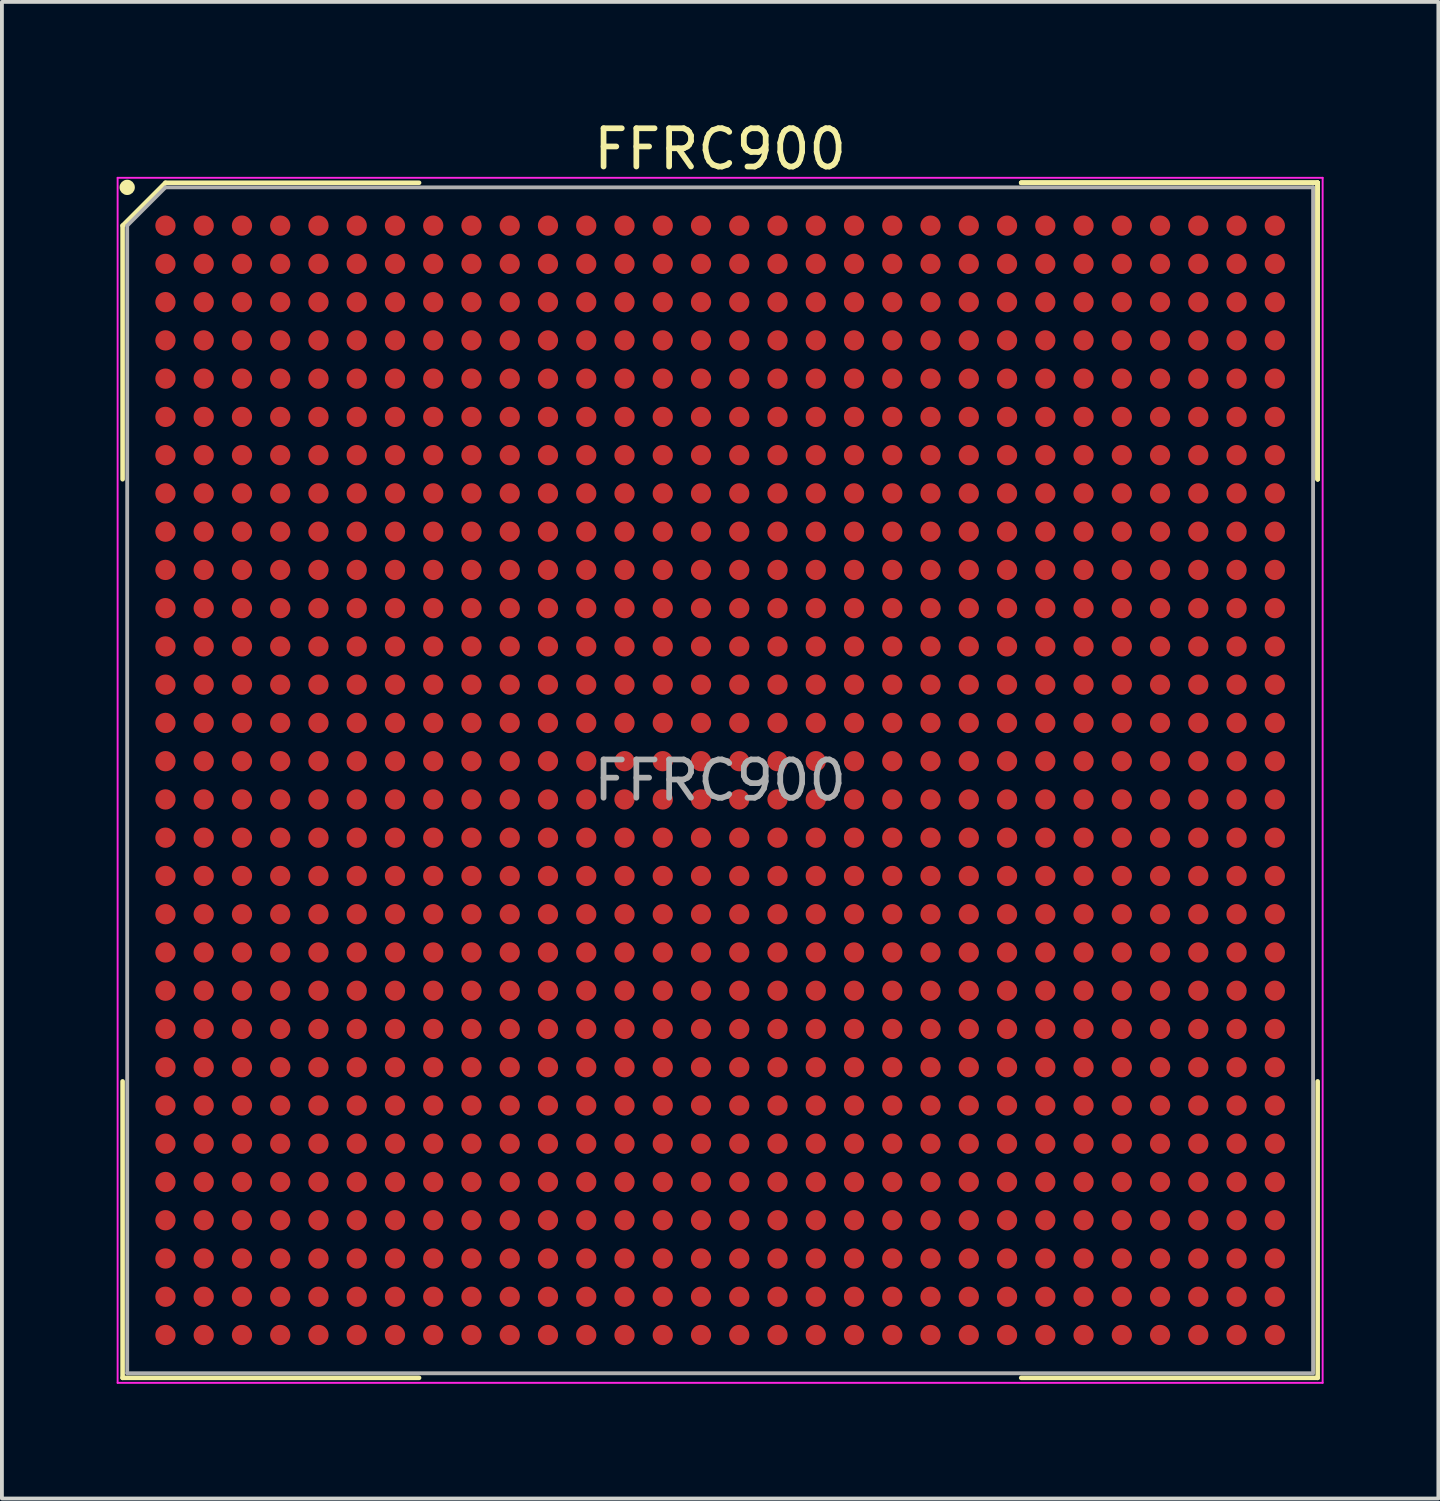
<source format=kicad_pcb>
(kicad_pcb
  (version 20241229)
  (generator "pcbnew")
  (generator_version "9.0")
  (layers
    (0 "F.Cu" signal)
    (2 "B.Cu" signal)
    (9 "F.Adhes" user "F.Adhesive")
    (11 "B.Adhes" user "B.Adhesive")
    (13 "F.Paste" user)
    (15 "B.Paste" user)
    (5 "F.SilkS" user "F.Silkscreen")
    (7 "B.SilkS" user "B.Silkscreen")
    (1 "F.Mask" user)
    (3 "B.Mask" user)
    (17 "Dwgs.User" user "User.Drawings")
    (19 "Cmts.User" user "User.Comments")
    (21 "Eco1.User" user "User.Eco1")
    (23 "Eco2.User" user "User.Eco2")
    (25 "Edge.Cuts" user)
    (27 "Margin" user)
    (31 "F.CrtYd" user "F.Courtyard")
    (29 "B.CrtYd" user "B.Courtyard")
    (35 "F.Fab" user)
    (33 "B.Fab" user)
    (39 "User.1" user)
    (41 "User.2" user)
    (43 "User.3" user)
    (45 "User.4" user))
  (footprint "FFRC900"
    (layer "F.Cu")
    (at 15.775 17.348)
    (property "Reference" "FFRC900" (at 0 -16.5 0) (layer "F.SilkS") (effects (font (size 1 1) (thickness 0.15))))
    (attr smd)
    (fp_line (start -15.62 -14.5) (end -15.62 -7.87) (stroke (width 0.12) (type solid)) (layer "F.SilkS"))
    (fp_line (start -15.62 15.62) (end -15.62 7.87) (stroke (width 0.12) (type solid)) (layer "F.SilkS"))
    (fp_line (start -14.5 -15.62) (end -15.62 -14.5) (stroke (width 0.12) (type solid)) (layer "F.SilkS"))
    (fp_line (start -7.87 -15.62) (end -14.5 -15.62) (stroke (width 0.12) (type solid)) (layer "F.SilkS"))
    (fp_line (start -7.87 15.62) (end -15.62 15.62) (stroke (width 0.12) (type solid)) (layer "F.SilkS"))
    (fp_line (start 7.87 -15.62) (end 15.62 -15.62) (stroke (width 0.12) (type solid)) (layer "F.SilkS"))
    (fp_line (start 7.87 -15.62) (end 15.62 -15.62) (stroke (width 0.12) (type solid)) (layer "F.SilkS"))
    (fp_line (start 7.87 -15.62) (end 15.62 -15.62) (stroke (width 0.12) (type solid)) (layer "F.SilkS"))
    (fp_line (start 7.87 15.62) (end 15.62 15.62) (stroke (width 0.12) (type solid)) (layer "F.SilkS"))
    (fp_line (start 15.62 -15.62) (end 15.62 -7.87) (stroke (width 0.12) (type solid)) (layer "F.SilkS"))
    (fp_line (start 15.62 -15.62) (end 15.62 -7.87) (stroke (width 0.12) (type solid)) (layer "F.SilkS"))
    (fp_line (start 15.62 -15.62) (end 15.62 -7.87) (stroke (width 0.12) (type solid)) (layer "F.SilkS"))
    (fp_line (start 15.62 15.62) (end 15.62 7.87) (stroke (width 0.12) (type solid)) (layer "F.SilkS"))
    (fp_circle (center -15.5 -15.5) (end -15.5 -15.4) (stroke (width 0.2) (type solid)) (fill no) (layer "F.SilkS"))
    (fp_line (start -15.75 -15.75) (end 15.75 -15.75) (stroke (width 0.05) (type solid)) (layer "F.CrtYd"))
    (fp_line (start -15.75 15.75) (end -15.75 -15.75) (stroke (width 0.05) (type solid)) (layer "F.CrtYd"))
    (fp_line (start 15.75 -15.75) (end 15.75 15.75) (stroke (width 0.05) (type solid)) (layer "F.CrtYd"))
    (fp_line (start 15.75 15.75) (end -15.75 15.75) (stroke (width 0.05) (type solid)) (layer "F.CrtYd"))
    (fp_line (start -15.5 -14.5) (end -15.5 15.5) (stroke (width 0.1) (type solid)) (layer "F.Fab"))
    (fp_line (start -15.5 15.5) (end 15.5 15.5) (stroke (width 0.1) (type solid)) (layer "F.Fab"))
    (fp_line (start -14.5 -15.5) (end -15.5 -14.5) (stroke (width 0.1) (type solid)) (layer "F.Fab"))
    (fp_line (start 15.5 -15.5) (end -14.5 -15.5) (stroke (width 0.1) (type solid)) (layer "F.Fab"))
    (fp_line (start 15.5 15.5) (end 15.5 -15.5) (stroke (width 0.1) (type solid)) (layer "F.Fab"))
    (fp_text user "${REFERENCE}" (at 0 0 0) (layer "F.Fab") (effects (font (size 1 1) (thickness 0.15))))
    (pad "A1" smd circle (at -14.5 -14.5) (size 0.53 0.53) (layers "F.Cu" "F.Mask" "F.Paste"))
    (pad "A2" smd circle (at -13.5 -14.5) (size 0.53 0.53) (layers "F.Cu" "F.Mask" "F.Paste"))
    (pad "A3" smd circle (at -12.5 -14.5) (size 0.53 0.53) (layers "F.Cu" "F.Mask" "F.Paste"))
    (pad "A4" smd circle (at -11.5 -14.5) (size 0.53 0.53) (layers "F.Cu" "F.Mask" "F.Paste"))
    (pad "A5" smd circle (at -10.5 -14.5) (size 0.53 0.53) (layers "F.Cu" "F.Mask" "F.Paste"))
    (pad "A6" smd circle (at -9.5 -14.5) (size 0.53 0.53) (layers "F.Cu" "F.Mask" "F.Paste"))
    (pad "A7" smd circle (at -8.5 -14.5) (size 0.53 0.53) (layers "F.Cu" "F.Mask" "F.Paste"))
    (pad "A8" smd circle (at -7.5 -14.5) (size 0.53 0.53) (layers "F.Cu" "F.Mask" "F.Paste"))
    (pad "A9" smd circle (at -6.5 -14.5) (size 0.53 0.53) (layers "F.Cu" "F.Mask" "F.Paste"))
    (pad "A10" smd circle (at -5.5 -14.5) (size 0.53 0.53) (layers "F.Cu" "F.Mask" "F.Paste"))
    (pad "A11" smd circle (at -4.5 -14.5) (size 0.53 0.53) (layers "F.Cu" "F.Mask" "F.Paste"))
    (pad "A12" smd circle (at -3.5 -14.5) (size 0.53 0.53) (layers "F.Cu" "F.Mask" "F.Paste"))
    (pad "A13" smd circle (at -2.5 -14.5) (size 0.53 0.53) (layers "F.Cu" "F.Mask" "F.Paste"))
    (pad "A14" smd circle (at -1.5 -14.5) (size 0.53 0.53) (layers "F.Cu" "F.Mask" "F.Paste"))
    (pad "A15" smd circle (at -0.5 -14.5) (size 0.53 0.53) (layers "F.Cu" "F.Mask" "F.Paste"))
    (pad "A16" smd circle (at 0.5 -14.5) (size 0.53 0.53) (layers "F.Cu" "F.Mask" "F.Paste"))
    (pad "A17" smd circle (at 1.5 -14.5) (size 0.53 0.53) (layers "F.Cu" "F.Mask" "F.Paste"))
    (pad "A18" smd circle (at 2.5 -14.5) (size 0.53 0.53) (layers "F.Cu" "F.Mask" "F.Paste"))
    (pad "A19" smd circle (at 3.5 -14.5) (size 0.53 0.53) (layers "F.Cu" "F.Mask" "F.Paste"))
    (pad "A20" smd circle (at 4.5 -14.5) (size 0.53 0.53) (layers "F.Cu" "F.Mask" "F.Paste"))
    (pad "A21" smd circle (at 5.5 -14.5) (size 0.53 0.53) (layers "F.Cu" "F.Mask" "F.Paste"))
    (pad "A22" smd circle (at 6.5 -14.5) (size 0.53 0.53) (layers "F.Cu" "F.Mask" "F.Paste"))
    (pad "A23" smd circle (at 7.5 -14.5) (size 0.53 0.53) (layers "F.Cu" "F.Mask" "F.Paste"))
    (pad "A24" smd circle (at 8.5 -14.5) (size 0.53 0.53) (layers "F.Cu" "F.Mask" "F.Paste"))
    (pad "A25" smd circle (at 9.5 -14.5) (size 0.53 0.53) (layers "F.Cu" "F.Mask" "F.Paste"))
    (pad "A26" smd circle (at 10.5 -14.5) (size 0.53 0.53) (layers "F.Cu" "F.Mask" "F.Paste"))
    (pad "A27" smd circle (at 11.5 -14.5) (size 0.53 0.53) (layers "F.Cu" "F.Mask" "F.Paste"))
    (pad "A28" smd circle (at 12.5 -14.5) (size 0.53 0.53) (layers "F.Cu" "F.Mask" "F.Paste"))
    (pad "A29" smd circle (at 13.5 -14.5) (size 0.53 0.53) (layers "F.Cu" "F.Mask" "F.Paste"))
    (pad "A30" smd circle (at 14.5 -14.5) (size 0.53 0.53) (layers "F.Cu" "F.Mask" "F.Paste"))
    (pad "AA1" smd circle (at -14.5 5.5) (size 0.53 0.53) (layers "F.Cu" "F.Mask" "F.Paste"))
    (pad "AA2" smd circle (at -13.5 5.5) (size 0.53 0.53) (layers "F.Cu" "F.Mask" "F.Paste"))
    (pad "AA3" smd circle (at -12.5 5.5) (size 0.53 0.53) (layers "F.Cu" "F.Mask" "F.Paste"))
    (pad "AA4" smd circle (at -11.5 5.5) (size 0.53 0.53) (layers "F.Cu" "F.Mask" "F.Paste"))
    (pad "AA5" smd circle (at -10.5 5.5) (size 0.53 0.53) (layers "F.Cu" "F.Mask" "F.Paste"))
    (pad "AA6" smd circle (at -9.5 5.5) (size 0.53 0.53) (layers "F.Cu" "F.Mask" "F.Paste"))
    (pad "AA7" smd circle (at -8.5 5.5) (size 0.53 0.53) (layers "F.Cu" "F.Mask" "F.Paste"))
    (pad "AA8" smd circle (at -7.5 5.5) (size 0.53 0.53) (layers "F.Cu" "F.Mask" "F.Paste"))
    (pad "AA9" smd circle (at -6.5 5.5) (size 0.53 0.53) (layers "F.Cu" "F.Mask" "F.Paste"))
    (pad "AA10" smd circle (at -5.5 5.5) (size 0.53 0.53) (layers "F.Cu" "F.Mask" "F.Paste"))
    (pad "AA11" smd circle (at -4.5 5.5) (size 0.53 0.53) (layers "F.Cu" "F.Mask" "F.Paste"))
    (pad "AA12" smd circle (at -3.5 5.5) (size 0.53 0.53) (layers "F.Cu" "F.Mask" "F.Paste"))
    (pad "AA13" smd circle (at -2.5 5.5) (size 0.53 0.53) (layers "F.Cu" "F.Mask" "F.Paste"))
    (pad "AA14" smd circle (at -1.5 5.5) (size 0.53 0.53) (layers "F.Cu" "F.Mask" "F.Paste"))
    (pad "AA15" smd circle (at -0.5 5.5) (size 0.53 0.53) (layers "F.Cu" "F.Mask" "F.Paste"))
    (pad "AA16" smd circle (at 0.5 5.5) (size 0.53 0.53) (layers "F.Cu" "F.Mask" "F.Paste"))
    (pad "AA17" smd circle (at 1.5 5.5) (size 0.53 0.53) (layers "F.Cu" "F.Mask" "F.Paste"))
    (pad "AA18" smd circle (at 2.5 5.5) (size 0.53 0.53) (layers "F.Cu" "F.Mask" "F.Paste"))
    (pad "AA19" smd circle (at 3.5 5.5) (size 0.53 0.53) (layers "F.Cu" "F.Mask" "F.Paste"))
    (pad "AA20" smd circle (at 4.5 5.5) (size 0.53 0.53) (layers "F.Cu" "F.Mask" "F.Paste"))
    (pad "AA21" smd circle (at 5.5 5.5) (size 0.53 0.53) (layers "F.Cu" "F.Mask" "F.Paste"))
    (pad "AA22" smd circle (at 6.5 5.5) (size 0.53 0.53) (layers "F.Cu" "F.Mask" "F.Paste"))
    (pad "AA23" smd circle (at 7.5 5.5) (size 0.53 0.53) (layers "F.Cu" "F.Mask" "F.Paste"))
    (pad "AA24" smd circle (at 8.5 5.5) (size 0.53 0.53) (layers "F.Cu" "F.Mask" "F.Paste"))
    (pad "AA25" smd circle (at 9.5 5.5) (size 0.53 0.53) (layers "F.Cu" "F.Mask" "F.Paste"))
    (pad "AA26" smd circle (at 10.5 5.5) (size 0.53 0.53) (layers "F.Cu" "F.Mask" "F.Paste"))
    (pad "AA27" smd circle (at 11.5 5.5) (size 0.53 0.53) (layers "F.Cu" "F.Mask" "F.Paste"))
    (pad "AA28" smd circle (at 12.5 5.5) (size 0.53 0.53) (layers "F.Cu" "F.Mask" "F.Paste"))
    (pad "AA29" smd circle (at 13.5 5.5) (size 0.53 0.53) (layers "F.Cu" "F.Mask" "F.Paste"))
    (pad "AA30" smd circle (at 14.5 5.5) (size 0.53 0.53) (layers "F.Cu" "F.Mask" "F.Paste"))
    (pad "AB1" smd circle (at -14.5 6.5) (size 0.53 0.53) (layers "F.Cu" "F.Mask" "F.Paste"))
    (pad "AB2" smd circle (at -13.5 6.5) (size 0.53 0.53) (layers "F.Cu" "F.Mask" "F.Paste"))
    (pad "AB3" smd circle (at -12.5 6.5) (size 0.53 0.53) (layers "F.Cu" "F.Mask" "F.Paste"))
    (pad "AB4" smd circle (at -11.5 6.5) (size 0.53 0.53) (layers "F.Cu" "F.Mask" "F.Paste"))
    (pad "AB5" smd circle (at -10.5 6.5) (size 0.53 0.53) (layers "F.Cu" "F.Mask" "F.Paste"))
    (pad "AB6" smd circle (at -9.5 6.5) (size 0.53 0.53) (layers "F.Cu" "F.Mask" "F.Paste"))
    (pad "AB7" smd circle (at -8.5 6.5) (size 0.53 0.53) (layers "F.Cu" "F.Mask" "F.Paste"))
    (pad "AB8" smd circle (at -7.5 6.5) (size 0.53 0.53) (layers "F.Cu" "F.Mask" "F.Paste"))
    (pad "AB9" smd circle (at -6.5 6.5) (size 0.53 0.53) (layers "F.Cu" "F.Mask" "F.Paste"))
    (pad "AB10" smd circle (at -5.5 6.5) (size 0.53 0.53) (layers "F.Cu" "F.Mask" "F.Paste"))
    (pad "AB11" smd circle (at -4.5 6.5) (size 0.53 0.53) (layers "F.Cu" "F.Mask" "F.Paste"))
    (pad "AB12" smd circle (at -3.5 6.5) (size 0.53 0.53) (layers "F.Cu" "F.Mask" "F.Paste"))
    (pad "AB13" smd circle (at -2.5 6.5) (size 0.53 0.53) (layers "F.Cu" "F.Mask" "F.Paste"))
    (pad "AB14" smd circle (at -1.5 6.5) (size 0.53 0.53) (layers "F.Cu" "F.Mask" "F.Paste"))
    (pad "AB15" smd circle (at -0.5 6.5) (size 0.53 0.53) (layers "F.Cu" "F.Mask" "F.Paste"))
    (pad "AB16" smd circle (at 0.5 6.5) (size 0.53 0.53) (layers "F.Cu" "F.Mask" "F.Paste"))
    (pad "AB17" smd circle (at 1.5 6.5) (size 0.53 0.53) (layers "F.Cu" "F.Mask" "F.Paste"))
    (pad "AB18" smd circle (at 2.5 6.5) (size 0.53 0.53) (layers "F.Cu" "F.Mask" "F.Paste"))
    (pad "AB19" smd circle (at 3.5 6.5) (size 0.53 0.53) (layers "F.Cu" "F.Mask" "F.Paste"))
    (pad "AB20" smd circle (at 4.5 6.5) (size 0.53 0.53) (layers "F.Cu" "F.Mask" "F.Paste"))
    (pad "AB21" smd circle (at 5.5 6.5) (size 0.53 0.53) (layers "F.Cu" "F.Mask" "F.Paste"))
    (pad "AB22" smd circle (at 6.5 6.5) (size 0.53 0.53) (layers "F.Cu" "F.Mask" "F.Paste"))
    (pad "AB23" smd circle (at 7.5 6.5) (size 0.53 0.53) (layers "F.Cu" "F.Mask" "F.Paste"))
    (pad "AB24" smd circle (at 8.5 6.5) (size 0.53 0.53) (layers "F.Cu" "F.Mask" "F.Paste"))
    (pad "AB25" smd circle (at 9.5 6.5) (size 0.53 0.53) (layers "F.Cu" "F.Mask" "F.Paste"))
    (pad "AB26" smd circle (at 10.5 6.5) (size 0.53 0.53) (layers "F.Cu" "F.Mask" "F.Paste"))
    (pad "AB27" smd circle (at 11.5 6.5) (size 0.53 0.53) (layers "F.Cu" "F.Mask" "F.Paste"))
    (pad "AB28" smd circle (at 12.5 6.5) (size 0.53 0.53) (layers "F.Cu" "F.Mask" "F.Paste"))
    (pad "AB29" smd circle (at 13.5 6.5) (size 0.53 0.53) (layers "F.Cu" "F.Mask" "F.Paste"))
    (pad "AB30" smd circle (at 14.5 6.5) (size 0.53 0.53) (layers "F.Cu" "F.Mask" "F.Paste"))
    (pad "AC1" smd circle (at -14.5 7.5) (size 0.53 0.53) (layers "F.Cu" "F.Mask" "F.Paste"))
    (pad "AC2" smd circle (at -13.5 7.5) (size 0.53 0.53) (layers "F.Cu" "F.Mask" "F.Paste"))
    (pad "AC3" smd circle (at -12.5 7.5) (size 0.53 0.53) (layers "F.Cu" "F.Mask" "F.Paste"))
    (pad "AC4" smd circle (at -11.5 7.5) (size 0.53 0.53) (layers "F.Cu" "F.Mask" "F.Paste"))
    (pad "AC5" smd circle (at -10.5 7.5) (size 0.53 0.53) (layers "F.Cu" "F.Mask" "F.Paste"))
    (pad "AC6" smd circle (at -9.5 7.5) (size 0.53 0.53) (layers "F.Cu" "F.Mask" "F.Paste"))
    (pad "AC7" smd circle (at -8.5 7.5) (size 0.53 0.53) (layers "F.Cu" "F.Mask" "F.Paste"))
    (pad "AC8" smd circle (at -7.5 7.5) (size 0.53 0.53) (layers "F.Cu" "F.Mask" "F.Paste"))
    (pad "AC9" smd circle (at -6.5 7.5) (size 0.53 0.53) (layers "F.Cu" "F.Mask" "F.Paste"))
    (pad "AC10" smd circle (at -5.5 7.5) (size 0.53 0.53) (layers "F.Cu" "F.Mask" "F.Paste"))
    (pad "AC11" smd circle (at -4.5 7.5) (size 0.53 0.53) (layers "F.Cu" "F.Mask" "F.Paste"))
    (pad "AC12" smd circle (at -3.5 7.5) (size 0.53 0.53) (layers "F.Cu" "F.Mask" "F.Paste"))
    (pad "AC13" smd circle (at -2.5 7.5) (size 0.53 0.53) (layers "F.Cu" "F.Mask" "F.Paste"))
    (pad "AC14" smd circle (at -1.5 7.5) (size 0.53 0.53) (layers "F.Cu" "F.Mask" "F.Paste"))
    (pad "AC15" smd circle (at -0.5 7.5) (size 0.53 0.53) (layers "F.Cu" "F.Mask" "F.Paste"))
    (pad "AC16" smd circle (at 0.5 7.5) (size 0.53 0.53) (layers "F.Cu" "F.Mask" "F.Paste"))
    (pad "AC17" smd circle (at 1.5 7.5) (size 0.53 0.53) (layers "F.Cu" "F.Mask" "F.Paste"))
    (pad "AC18" smd circle (at 2.5 7.5) (size 0.53 0.53) (layers "F.Cu" "F.Mask" "F.Paste"))
    (pad "AC19" smd circle (at 3.5 7.5) (size 0.53 0.53) (layers "F.Cu" "F.Mask" "F.Paste"))
    (pad "AC20" smd circle (at 4.5 7.5) (size 0.53 0.53) (layers "F.Cu" "F.Mask" "F.Paste"))
    (pad "AC21" smd circle (at 5.5 7.5) (size 0.53 0.53) (layers "F.Cu" "F.Mask" "F.Paste"))
    (pad "AC22" smd circle (at 6.5 7.5) (size 0.53 0.53) (layers "F.Cu" "F.Mask" "F.Paste"))
    (pad "AC23" smd circle (at 7.5 7.5) (size 0.53 0.53) (layers "F.Cu" "F.Mask" "F.Paste"))
    (pad "AC24" smd circle (at 8.5 7.5) (size 0.53 0.53) (layers "F.Cu" "F.Mask" "F.Paste"))
    (pad "AC25" smd circle (at 9.5 7.5) (size 0.53 0.53) (layers "F.Cu" "F.Mask" "F.Paste"))
    (pad "AC26" smd circle (at 10.5 7.5) (size 0.53 0.53) (layers "F.Cu" "F.Mask" "F.Paste"))
    (pad "AC27" smd circle (at 11.5 7.5) (size 0.53 0.53) (layers "F.Cu" "F.Mask" "F.Paste"))
    (pad "AC28" smd circle (at 12.5 7.5) (size 0.53 0.53) (layers "F.Cu" "F.Mask" "F.Paste"))
    (pad "AC29" smd circle (at 13.5 7.5) (size 0.53 0.53) (layers "F.Cu" "F.Mask" "F.Paste"))
    (pad "AC30" smd circle (at 14.5 7.5) (size 0.53 0.53) (layers "F.Cu" "F.Mask" "F.Paste"))
    (pad "AD1" smd circle (at -14.5 8.5) (size 0.53 0.53) (layers "F.Cu" "F.Mask" "F.Paste"))
    (pad "AD2" smd circle (at -13.5 8.5) (size 0.53 0.53) (layers "F.Cu" "F.Mask" "F.Paste"))
    (pad "AD3" smd circle (at -12.5 8.5) (size 0.53 0.53) (layers "F.Cu" "F.Mask" "F.Paste"))
    (pad "AD4" smd circle (at -11.5 8.5) (size 0.53 0.53) (layers "F.Cu" "F.Mask" "F.Paste"))
    (pad "AD5" smd circle (at -10.5 8.5) (size 0.53 0.53) (layers "F.Cu" "F.Mask" "F.Paste"))
    (pad "AD6" smd circle (at -9.5 8.5) (size 0.53 0.53) (layers "F.Cu" "F.Mask" "F.Paste"))
    (pad "AD7" smd circle (at -8.5 8.5) (size 0.53 0.53) (layers "F.Cu" "F.Mask" "F.Paste"))
    (pad "AD8" smd circle (at -7.5 8.5) (size 0.53 0.53) (layers "F.Cu" "F.Mask" "F.Paste"))
    (pad "AD9" smd circle (at -6.5 8.5) (size 0.53 0.53) (layers "F.Cu" "F.Mask" "F.Paste"))
    (pad "AD10" smd circle (at -5.5 8.5) (size 0.53 0.53) (layers "F.Cu" "F.Mask" "F.Paste"))
    (pad "AD11" smd circle (at -4.5 8.5) (size 0.53 0.53) (layers "F.Cu" "F.Mask" "F.Paste"))
    (pad "AD12" smd circle (at -3.5 8.5) (size 0.53 0.53) (layers "F.Cu" "F.Mask" "F.Paste"))
    (pad "AD13" smd circle (at -2.5 8.5) (size 0.53 0.53) (layers "F.Cu" "F.Mask" "F.Paste"))
    (pad "AD14" smd circle (at -1.5 8.5) (size 0.53 0.53) (layers "F.Cu" "F.Mask" "F.Paste"))
    (pad "AD15" smd circle (at -0.5 8.5) (size 0.53 0.53) (layers "F.Cu" "F.Mask" "F.Paste"))
    (pad "AD16" smd circle (at 0.5 8.5) (size 0.53 0.53) (layers "F.Cu" "F.Mask" "F.Paste"))
    (pad "AD17" smd circle (at 1.5 8.5) (size 0.53 0.53) (layers "F.Cu" "F.Mask" "F.Paste"))
    (pad "AD18" smd circle (at 2.5 8.5) (size 0.53 0.53) (layers "F.Cu" "F.Mask" "F.Paste"))
    (pad "AD19" smd circle (at 3.5 8.5) (size 0.53 0.53) (layers "F.Cu" "F.Mask" "F.Paste"))
    (pad "AD20" smd circle (at 4.5 8.5) (size 0.53 0.53) (layers "F.Cu" "F.Mask" "F.Paste"))
    (pad "AD21" smd circle (at 5.5 8.5) (size 0.53 0.53) (layers "F.Cu" "F.Mask" "F.Paste"))
    (pad "AD22" smd circle (at 6.5 8.5) (size 0.53 0.53) (layers "F.Cu" "F.Mask" "F.Paste"))
    (pad "AD23" smd circle (at 7.5 8.5) (size 0.53 0.53) (layers "F.Cu" "F.Mask" "F.Paste"))
    (pad "AD24" smd circle (at 8.5 8.5) (size 0.53 0.53) (layers "F.Cu" "F.Mask" "F.Paste"))
    (pad "AD25" smd circle (at 9.5 8.5) (size 0.53 0.53) (layers "F.Cu" "F.Mask" "F.Paste"))
    (pad "AD26" smd circle (at 10.5 8.5) (size 0.53 0.53) (layers "F.Cu" "F.Mask" "F.Paste"))
    (pad "AD27" smd circle (at 11.5 8.5) (size 0.53 0.53) (layers "F.Cu" "F.Mask" "F.Paste"))
    (pad "AD28" smd circle (at 12.5 8.5) (size 0.53 0.53) (layers "F.Cu" "F.Mask" "F.Paste"))
    (pad "AD29" smd circle (at 13.5 8.5) (size 0.53 0.53) (layers "F.Cu" "F.Mask" "F.Paste"))
    (pad "AD30" smd circle (at 14.5 8.5) (size 0.53 0.53) (layers "F.Cu" "F.Mask" "F.Paste"))
    (pad "AE1" smd circle (at -14.5 9.5) (size 0.53 0.53) (layers "F.Cu" "F.Mask" "F.Paste"))
    (pad "AE2" smd circle (at -13.5 9.5) (size 0.53 0.53) (layers "F.Cu" "F.Mask" "F.Paste"))
    (pad "AE3" smd circle (at -12.5 9.5) (size 0.53 0.53) (layers "F.Cu" "F.Mask" "F.Paste"))
    (pad "AE4" smd circle (at -11.5 9.5) (size 0.53 0.53) (layers "F.Cu" "F.Mask" "F.Paste"))
    (pad "AE5" smd circle (at -10.5 9.5) (size 0.53 0.53) (layers "F.Cu" "F.Mask" "F.Paste"))
    (pad "AE6" smd circle (at -9.5 9.5) (size 0.53 0.53) (layers "F.Cu" "F.Mask" "F.Paste"))
    (pad "AE7" smd circle (at -8.5 9.5) (size 0.53 0.53) (layers "F.Cu" "F.Mask" "F.Paste"))
    (pad "AE8" smd circle (at -7.5 9.5) (size 0.53 0.53) (layers "F.Cu" "F.Mask" "F.Paste"))
    (pad "AE9" smd circle (at -6.5 9.5) (size 0.53 0.53) (layers "F.Cu" "F.Mask" "F.Paste"))
    (pad "AE10" smd circle (at -5.5 9.5) (size 0.53 0.53) (layers "F.Cu" "F.Mask" "F.Paste"))
    (pad "AE11" smd circle (at -4.5 9.5) (size 0.53 0.53) (layers "F.Cu" "F.Mask" "F.Paste"))
    (pad "AE12" smd circle (at -3.5 9.5) (size 0.53 0.53) (layers "F.Cu" "F.Mask" "F.Paste"))
    (pad "AE13" smd circle (at -2.5 9.5) (size 0.53 0.53) (layers "F.Cu" "F.Mask" "F.Paste"))
    (pad "AE14" smd circle (at -1.5 9.5) (size 0.53 0.53) (layers "F.Cu" "F.Mask" "F.Paste"))
    (pad "AE15" smd circle (at -0.5 9.5) (size 0.53 0.53) (layers "F.Cu" "F.Mask" "F.Paste"))
    (pad "AE16" smd circle (at 0.5 9.5) (size 0.53 0.53) (layers "F.Cu" "F.Mask" "F.Paste"))
    (pad "AE17" smd circle (at 1.5 9.5) (size 0.53 0.53) (layers "F.Cu" "F.Mask" "F.Paste"))
    (pad "AE18" smd circle (at 2.5 9.5) (size 0.53 0.53) (layers "F.Cu" "F.Mask" "F.Paste"))
    (pad "AE19" smd circle (at 3.5 9.5) (size 0.53 0.53) (layers "F.Cu" "F.Mask" "F.Paste"))
    (pad "AE20" smd circle (at 4.5 9.5) (size 0.53 0.53) (layers "F.Cu" "F.Mask" "F.Paste"))
    (pad "AE21" smd circle (at 5.5 9.5) (size 0.53 0.53) (layers "F.Cu" "F.Mask" "F.Paste"))
    (pad "AE22" smd circle (at 6.5 9.5) (size 0.53 0.53) (layers "F.Cu" "F.Mask" "F.Paste"))
    (pad "AE23" smd circle (at 7.5 9.5) (size 0.53 0.53) (layers "F.Cu" "F.Mask" "F.Paste"))
    (pad "AE24" smd circle (at 8.5 9.5) (size 0.53 0.53) (layers "F.Cu" "F.Mask" "F.Paste"))
    (pad "AE25" smd circle (at 9.5 9.5) (size 0.53 0.53) (layers "F.Cu" "F.Mask" "F.Paste"))
    (pad "AE26" smd circle (at 10.5 9.5) (size 0.53 0.53) (layers "F.Cu" "F.Mask" "F.Paste"))
    (pad "AE27" smd circle (at 11.5 9.5) (size 0.53 0.53) (layers "F.Cu" "F.Mask" "F.Paste"))
    (pad "AE28" smd circle (at 12.5 9.5) (size 0.53 0.53) (layers "F.Cu" "F.Mask" "F.Paste"))
    (pad "AE29" smd circle (at 13.5 9.5) (size 0.53 0.53) (layers "F.Cu" "F.Mask" "F.Paste"))
    (pad "AE30" smd circle (at 14.5 9.5) (size 0.53 0.53) (layers "F.Cu" "F.Mask" "F.Paste"))
    (pad "AF1" smd circle (at -14.5 10.5) (size 0.53 0.53) (layers "F.Cu" "F.Mask" "F.Paste"))
    (pad "AF2" smd circle (at -13.5 10.5) (size 0.53 0.53) (layers "F.Cu" "F.Mask" "F.Paste"))
    (pad "AF3" smd circle (at -12.5 10.5) (size 0.53 0.53) (layers "F.Cu" "F.Mask" "F.Paste"))
    (pad "AF4" smd circle (at -11.5 10.5) (size 0.53 0.53) (layers "F.Cu" "F.Mask" "F.Paste"))
    (pad "AF5" smd circle (at -10.5 10.5) (size 0.53 0.53) (layers "F.Cu" "F.Mask" "F.Paste"))
    (pad "AF6" smd circle (at -9.5 10.5) (size 0.53 0.53) (layers "F.Cu" "F.Mask" "F.Paste"))
    (pad "AF7" smd circle (at -8.5 10.5) (size 0.53 0.53) (layers "F.Cu" "F.Mask" "F.Paste"))
    (pad "AF8" smd circle (at -7.5 10.5) (size 0.53 0.53) (layers "F.Cu" "F.Mask" "F.Paste"))
    (pad "AF9" smd circle (at -6.5 10.5) (size 0.53 0.53) (layers "F.Cu" "F.Mask" "F.Paste"))
    (pad "AF10" smd circle (at -5.5 10.5) (size 0.53 0.53) (layers "F.Cu" "F.Mask" "F.Paste"))
    (pad "AF11" smd circle (at -4.5 10.5) (size 0.53 0.53) (layers "F.Cu" "F.Mask" "F.Paste"))
    (pad "AF12" smd circle (at -3.5 10.5) (size 0.53 0.53) (layers "F.Cu" "F.Mask" "F.Paste"))
    (pad "AF13" smd circle (at -2.5 10.5) (size 0.53 0.53) (layers "F.Cu" "F.Mask" "F.Paste"))
    (pad "AF14" smd circle (at -1.5 10.5) (size 0.53 0.53) (layers "F.Cu" "F.Mask" "F.Paste"))
    (pad "AF15" smd circle (at -0.5 10.5) (size 0.53 0.53) (layers "F.Cu" "F.Mask" "F.Paste"))
    (pad "AF16" smd circle (at 0.5 10.5) (size 0.53 0.53) (layers "F.Cu" "F.Mask" "F.Paste"))
    (pad "AF17" smd circle (at 1.5 10.5) (size 0.53 0.53) (layers "F.Cu" "F.Mask" "F.Paste"))
    (pad "AF18" smd circle (at 2.5 10.5) (size 0.53 0.53) (layers "F.Cu" "F.Mask" "F.Paste"))
    (pad "AF19" smd circle (at 3.5 10.5) (size 0.53 0.53) (layers "F.Cu" "F.Mask" "F.Paste"))
    (pad "AF20" smd circle (at 4.5 10.5) (size 0.53 0.53) (layers "F.Cu" "F.Mask" "F.Paste"))
    (pad "AF21" smd circle (at 5.5 10.5) (size 0.53 0.53) (layers "F.Cu" "F.Mask" "F.Paste"))
    (pad "AF22" smd circle (at 6.5 10.5) (size 0.53 0.53) (layers "F.Cu" "F.Mask" "F.Paste"))
    (pad "AF23" smd circle (at 7.5 10.5) (size 0.53 0.53) (layers "F.Cu" "F.Mask" "F.Paste"))
    (pad "AF24" smd circle (at 8.5 10.5) (size 0.53 0.53) (layers "F.Cu" "F.Mask" "F.Paste"))
    (pad "AF25" smd circle (at 9.5 10.5) (size 0.53 0.53) (layers "F.Cu" "F.Mask" "F.Paste"))
    (pad "AF26" smd circle (at 10.5 10.5) (size 0.53 0.53) (layers "F.Cu" "F.Mask" "F.Paste"))
    (pad "AF27" smd circle (at 11.5 10.5) (size 0.53 0.53) (layers "F.Cu" "F.Mask" "F.Paste"))
    (pad "AF28" smd circle (at 12.5 10.5) (size 0.53 0.53) (layers "F.Cu" "F.Mask" "F.Paste"))
    (pad "AF29" smd circle (at 13.5 10.5) (size 0.53 0.53) (layers "F.Cu" "F.Mask" "F.Paste"))
    (pad "AF30" smd circle (at 14.5 10.5) (size 0.53 0.53) (layers "F.Cu" "F.Mask" "F.Paste"))
    (pad "AG1" smd circle (at -14.5 11.5) (size 0.53 0.53) (layers "F.Cu" "F.Mask" "F.Paste"))
    (pad "AG2" smd circle (at -13.5 11.5) (size 0.53 0.53) (layers "F.Cu" "F.Mask" "F.Paste"))
    (pad "AG3" smd circle (at -12.5 11.5) (size 0.53 0.53) (layers "F.Cu" "F.Mask" "F.Paste"))
    (pad "AG4" smd circle (at -11.5 11.5) (size 0.53 0.53) (layers "F.Cu" "F.Mask" "F.Paste"))
    (pad "AG5" smd circle (at -10.5 11.5) (size 0.53 0.53) (layers "F.Cu" "F.Mask" "F.Paste"))
    (pad "AG6" smd circle (at -9.5 11.5) (size 0.53 0.53) (layers "F.Cu" "F.Mask" "F.Paste"))
    (pad "AG7" smd circle (at -8.5 11.5) (size 0.53 0.53) (layers "F.Cu" "F.Mask" "F.Paste"))
    (pad "AG8" smd circle (at -7.5 11.5) (size 0.53 0.53) (layers "F.Cu" "F.Mask" "F.Paste"))
    (pad "AG9" smd circle (at -6.5 11.5) (size 0.53 0.53) (layers "F.Cu" "F.Mask" "F.Paste"))
    (pad "AG10" smd circle (at -5.5 11.5) (size 0.53 0.53) (layers "F.Cu" "F.Mask" "F.Paste"))
    (pad "AG11" smd circle (at -4.5 11.5) (size 0.53 0.53) (layers "F.Cu" "F.Mask" "F.Paste"))
    (pad "AG12" smd circle (at -3.5 11.5) (size 0.53 0.53) (layers "F.Cu" "F.Mask" "F.Paste"))
    (pad "AG13" smd circle (at -2.5 11.5) (size 0.53 0.53) (layers "F.Cu" "F.Mask" "F.Paste"))
    (pad "AG14" smd circle (at -1.5 11.5) (size 0.53 0.53) (layers "F.Cu" "F.Mask" "F.Paste"))
    (pad "AG15" smd circle (at -0.5 11.5) (size 0.53 0.53) (layers "F.Cu" "F.Mask" "F.Paste"))
    (pad "AG16" smd circle (at 0.5 11.5) (size 0.53 0.53) (layers "F.Cu" "F.Mask" "F.Paste"))
    (pad "AG17" smd circle (at 1.5 11.5) (size 0.53 0.53) (layers "F.Cu" "F.Mask" "F.Paste"))
    (pad "AG18" smd circle (at 2.5 11.5) (size 0.53 0.53) (layers "F.Cu" "F.Mask" "F.Paste"))
    (pad "AG19" smd circle (at 3.5 11.5) (size 0.53 0.53) (layers "F.Cu" "F.Mask" "F.Paste"))
    (pad "AG20" smd circle (at 4.5 11.5) (size 0.53 0.53) (layers "F.Cu" "F.Mask" "F.Paste"))
    (pad "AG21" smd circle (at 5.5 11.5) (size 0.53 0.53) (layers "F.Cu" "F.Mask" "F.Paste"))
    (pad "AG22" smd circle (at 6.5 11.5) (size 0.53 0.53) (layers "F.Cu" "F.Mask" "F.Paste"))
    (pad "AG23" smd circle (at 7.5 11.5) (size 0.53 0.53) (layers "F.Cu" "F.Mask" "F.Paste"))
    (pad "AG24" smd circle (at 8.5 11.5) (size 0.53 0.53) (layers "F.Cu" "F.Mask" "F.Paste"))
    (pad "AG25" smd circle (at 9.5 11.5) (size 0.53 0.53) (layers "F.Cu" "F.Mask" "F.Paste"))
    (pad "AG26" smd circle (at 10.5 11.5) (size 0.53 0.53) (layers "F.Cu" "F.Mask" "F.Paste"))
    (pad "AG27" smd circle (at 11.5 11.5) (size 0.53 0.53) (layers "F.Cu" "F.Mask" "F.Paste"))
    (pad "AG28" smd circle (at 12.5 11.5) (size 0.53 0.53) (layers "F.Cu" "F.Mask" "F.Paste"))
    (pad "AG29" smd circle (at 13.5 11.5) (size 0.53 0.53) (layers "F.Cu" "F.Mask" "F.Paste"))
    (pad "AG30" smd circle (at 14.5 11.5) (size 0.53 0.53) (layers "F.Cu" "F.Mask" "F.Paste"))
    (pad "AH1" smd circle (at -14.5 12.5) (size 0.53 0.53) (layers "F.Cu" "F.Mask" "F.Paste"))
    (pad "AH2" smd circle (at -13.5 12.5) (size 0.53 0.53) (layers "F.Cu" "F.Mask" "F.Paste"))
    (pad "AH3" smd circle (at -12.5 12.5) (size 0.53 0.53) (layers "F.Cu" "F.Mask" "F.Paste"))
    (pad "AH4" smd circle (at -11.5 12.5) (size 0.53 0.53) (layers "F.Cu" "F.Mask" "F.Paste"))
    (pad "AH5" smd circle (at -10.5 12.5) (size 0.53 0.53) (layers "F.Cu" "F.Mask" "F.Paste"))
    (pad "AH6" smd circle (at -9.5 12.5) (size 0.53 0.53) (layers "F.Cu" "F.Mask" "F.Paste"))
    (pad "AH7" smd circle (at -8.5 12.5) (size 0.53 0.53) (layers "F.Cu" "F.Mask" "F.Paste"))
    (pad "AH8" smd circle (at -7.5 12.5) (size 0.53 0.53) (layers "F.Cu" "F.Mask" "F.Paste"))
    (pad "AH9" smd circle (at -6.5 12.5) (size 0.53 0.53) (layers "F.Cu" "F.Mask" "F.Paste"))
    (pad "AH10" smd circle (at -5.5 12.5) (size 0.53 0.53) (layers "F.Cu" "F.Mask" "F.Paste"))
    (pad "AH11" smd circle (at -4.5 12.5) (size 0.53 0.53) (layers "F.Cu" "F.Mask" "F.Paste"))
    (pad "AH12" smd circle (at -3.5 12.5) (size 0.53 0.53) (layers "F.Cu" "F.Mask" "F.Paste"))
    (pad "AH13" smd circle (at -2.5 12.5) (size 0.53 0.53) (layers "F.Cu" "F.Mask" "F.Paste"))
    (pad "AH14" smd circle (at -1.5 12.5) (size 0.53 0.53) (layers "F.Cu" "F.Mask" "F.Paste"))
    (pad "AH15" smd circle (at -0.5 12.5) (size 0.53 0.53) (layers "F.Cu" "F.Mask" "F.Paste"))
    (pad "AH16" smd circle (at 0.5 12.5) (size 0.53 0.53) (layers "F.Cu" "F.Mask" "F.Paste"))
    (pad "AH17" smd circle (at 1.5 12.5) (size 0.53 0.53) (layers "F.Cu" "F.Mask" "F.Paste"))
    (pad "AH18" smd circle (at 2.5 12.5) (size 0.53 0.53) (layers "F.Cu" "F.Mask" "F.Paste"))
    (pad "AH19" smd circle (at 3.5 12.5) (size 0.53 0.53) (layers "F.Cu" "F.Mask" "F.Paste"))
    (pad "AH20" smd circle (at 4.5 12.5) (size 0.53 0.53) (layers "F.Cu" "F.Mask" "F.Paste"))
    (pad "AH21" smd circle (at 5.5 12.5) (size 0.53 0.53) (layers "F.Cu" "F.Mask" "F.Paste"))
    (pad "AH22" smd circle (at 6.5 12.5) (size 0.53 0.53) (layers "F.Cu" "F.Mask" "F.Paste"))
    (pad "AH23" smd circle (at 7.5 12.5) (size 0.53 0.53) (layers "F.Cu" "F.Mask" "F.Paste"))
    (pad "AH24" smd circle (at 8.5 12.5) (size 0.53 0.53) (layers "F.Cu" "F.Mask" "F.Paste"))
    (pad "AH25" smd circle (at 9.5 12.5) (size 0.53 0.53) (layers "F.Cu" "F.Mask" "F.Paste"))
    (pad "AH26" smd circle (at 10.5 12.5) (size 0.53 0.53) (layers "F.Cu" "F.Mask" "F.Paste"))
    (pad "AH27" smd circle (at 11.5 12.5) (size 0.53 0.53) (layers "F.Cu" "F.Mask" "F.Paste"))
    (pad "AH28" smd circle (at 12.5 12.5) (size 0.53 0.53) (layers "F.Cu" "F.Mask" "F.Paste"))
    (pad "AH29" smd circle (at 13.5 12.5) (size 0.53 0.53) (layers "F.Cu" "F.Mask" "F.Paste"))
    (pad "AH30" smd circle (at 14.5 12.5) (size 0.53 0.53) (layers "F.Cu" "F.Mask" "F.Paste"))
    (pad "AJ1" smd circle (at -14.5 13.5) (size 0.53 0.53) (layers "F.Cu" "F.Mask" "F.Paste"))
    (pad "AJ2" smd circle (at -13.5 13.5) (size 0.53 0.53) (layers "F.Cu" "F.Mask" "F.Paste"))
    (pad "AJ3" smd circle (at -12.5 13.5) (size 0.53 0.53) (layers "F.Cu" "F.Mask" "F.Paste"))
    (pad "AJ4" smd circle (at -11.5 13.5) (size 0.53 0.53) (layers "F.Cu" "F.Mask" "F.Paste"))
    (pad "AJ5" smd circle (at -10.5 13.5) (size 0.53 0.53) (layers "F.Cu" "F.Mask" "F.Paste"))
    (pad "AJ6" smd circle (at -9.5 13.5) (size 0.53 0.53) (layers "F.Cu" "F.Mask" "F.Paste"))
    (pad "AJ7" smd circle (at -8.5 13.5) (size 0.53 0.53) (layers "F.Cu" "F.Mask" "F.Paste"))
    (pad "AJ8" smd circle (at -7.5 13.5) (size 0.53 0.53) (layers "F.Cu" "F.Mask" "F.Paste"))
    (pad "AJ9" smd circle (at -6.5 13.5) (size 0.53 0.53) (layers "F.Cu" "F.Mask" "F.Paste"))
    (pad "AJ10" smd circle (at -5.5 13.5) (size 0.53 0.53) (layers "F.Cu" "F.Mask" "F.Paste"))
    (pad "AJ11" smd circle (at -4.5 13.5) (size 0.53 0.53) (layers "F.Cu" "F.Mask" "F.Paste"))
    (pad "AJ12" smd circle (at -3.5 13.5) (size 0.53 0.53) (layers "F.Cu" "F.Mask" "F.Paste"))
    (pad "AJ13" smd circle (at -2.5 13.5) (size 0.53 0.53) (layers "F.Cu" "F.Mask" "F.Paste"))
    (pad "AJ14" smd circle (at -1.5 13.5) (size 0.53 0.53) (layers "F.Cu" "F.Mask" "F.Paste"))
    (pad "AJ15" smd circle (at -0.5 13.5) (size 0.53 0.53) (layers "F.Cu" "F.Mask" "F.Paste"))
    (pad "AJ16" smd circle (at 0.5 13.5) (size 0.53 0.53) (layers "F.Cu" "F.Mask" "F.Paste"))
    (pad "AJ17" smd circle (at 1.5 13.5) (size 0.53 0.53) (layers "F.Cu" "F.Mask" "F.Paste"))
    (pad "AJ18" smd circle (at 2.5 13.5) (size 0.53 0.53) (layers "F.Cu" "F.Mask" "F.Paste"))
    (pad "AJ19" smd circle (at 3.5 13.5) (size 0.53 0.53) (layers "F.Cu" "F.Mask" "F.Paste"))
    (pad "AJ20" smd circle (at 4.5 13.5) (size 0.53 0.53) (layers "F.Cu" "F.Mask" "F.Paste"))
    (pad "AJ21" smd circle (at 5.5 13.5) (size 0.53 0.53) (layers "F.Cu" "F.Mask" "F.Paste"))
    (pad "AJ22" smd circle (at 6.5 13.5) (size 0.53 0.53) (layers "F.Cu" "F.Mask" "F.Paste"))
    (pad "AJ23" smd circle (at 7.5 13.5) (size 0.53 0.53) (layers "F.Cu" "F.Mask" "F.Paste"))
    (pad "AJ24" smd circle (at 8.5 13.5) (size 0.53 0.53) (layers "F.Cu" "F.Mask" "F.Paste"))
    (pad "AJ25" smd circle (at 9.5 13.5) (size 0.53 0.53) (layers "F.Cu" "F.Mask" "F.Paste"))
    (pad "AJ26" smd circle (at 10.5 13.5) (size 0.53 0.53) (layers "F.Cu" "F.Mask" "F.Paste"))
    (pad "AJ27" smd circle (at 11.5 13.5) (size 0.53 0.53) (layers "F.Cu" "F.Mask" "F.Paste"))
    (pad "AJ28" smd circle (at 12.5 13.5) (size 0.53 0.53) (layers "F.Cu" "F.Mask" "F.Paste"))
    (pad "AJ29" smd circle (at 13.5 13.5) (size 0.53 0.53) (layers "F.Cu" "F.Mask" "F.Paste"))
    (pad "AJ30" smd circle (at 14.5 13.5) (size 0.53 0.53) (layers "F.Cu" "F.Mask" "F.Paste"))
    (pad "AK1" smd circle (at -14.5 14.5) (size 0.53 0.53) (layers "F.Cu" "F.Mask" "F.Paste"))
    (pad "AK2" smd circle (at -13.5 14.5) (size 0.53 0.53) (layers "F.Cu" "F.Mask" "F.Paste"))
    (pad "AK3" smd circle (at -12.5 14.5) (size 0.53 0.53) (layers "F.Cu" "F.Mask" "F.Paste"))
    (pad "AK4" smd circle (at -11.5 14.5) (size 0.53 0.53) (layers "F.Cu" "F.Mask" "F.Paste"))
    (pad "AK5" smd circle (at -10.5 14.5) (size 0.53 0.53) (layers "F.Cu" "F.Mask" "F.Paste"))
    (pad "AK6" smd circle (at -9.5 14.5) (size 0.53 0.53) (layers "F.Cu" "F.Mask" "F.Paste"))
    (pad "AK7" smd circle (at -8.5 14.5) (size 0.53 0.53) (layers "F.Cu" "F.Mask" "F.Paste"))
    (pad "AK8" smd circle (at -7.5 14.5) (size 0.53 0.53) (layers "F.Cu" "F.Mask" "F.Paste"))
    (pad "AK9" smd circle (at -6.5 14.5) (size 0.53 0.53) (layers "F.Cu" "F.Mask" "F.Paste"))
    (pad "AK10" smd circle (at -5.5 14.5) (size 0.53 0.53) (layers "F.Cu" "F.Mask" "F.Paste"))
    (pad "AK11" smd circle (at -4.5 14.5) (size 0.53 0.53) (layers "F.Cu" "F.Mask" "F.Paste"))
    (pad "AK12" smd circle (at -3.5 14.5) (size 0.53 0.53) (layers "F.Cu" "F.Mask" "F.Paste"))
    (pad "AK13" smd circle (at -2.5 14.5) (size 0.53 0.53) (layers "F.Cu" "F.Mask" "F.Paste"))
    (pad "AK14" smd circle (at -1.5 14.5) (size 0.53 0.53) (layers "F.Cu" "F.Mask" "F.Paste"))
    (pad "AK15" smd circle (at -0.5 14.5) (size 0.53 0.53) (layers "F.Cu" "F.Mask" "F.Paste"))
    (pad "AK16" smd circle (at 0.5 14.5) (size 0.53 0.53) (layers "F.Cu" "F.Mask" "F.Paste"))
    (pad "AK17" smd circle (at 1.5 14.5) (size 0.53 0.53) (layers "F.Cu" "F.Mask" "F.Paste"))
    (pad "AK18" smd circle (at 2.5 14.5) (size 0.53 0.53) (layers "F.Cu" "F.Mask" "F.Paste"))
    (pad "AK19" smd circle (at 3.5 14.5) (size 0.53 0.53) (layers "F.Cu" "F.Mask" "F.Paste"))
    (pad "AK20" smd circle (at 4.5 14.5) (size 0.53 0.53) (layers "F.Cu" "F.Mask" "F.Paste"))
    (pad "AK21" smd circle (at 5.5 14.5) (size 0.53 0.53) (layers "F.Cu" "F.Mask" "F.Paste"))
    (pad "AK22" smd circle (at 6.5 14.5) (size 0.53 0.53) (layers "F.Cu" "F.Mask" "F.Paste"))
    (pad "AK23" smd circle (at 7.5 14.5) (size 0.53 0.53) (layers "F.Cu" "F.Mask" "F.Paste"))
    (pad "AK24" smd circle (at 8.5 14.5) (size 0.53 0.53) (layers "F.Cu" "F.Mask" "F.Paste"))
    (pad "AK25" smd circle (at 9.5 14.5) (size 0.53 0.53) (layers "F.Cu" "F.Mask" "F.Paste"))
    (pad "AK26" smd circle (at 10.5 14.5) (size 0.53 0.53) (layers "F.Cu" "F.Mask" "F.Paste"))
    (pad "AK27" smd circle (at 11.5 14.5) (size 0.53 0.53) (layers "F.Cu" "F.Mask" "F.Paste"))
    (pad "AK28" smd circle (at 12.5 14.5) (size 0.53 0.53) (layers "F.Cu" "F.Mask" "F.Paste"))
    (pad "AK29" smd circle (at 13.5 14.5) (size 0.53 0.53) (layers "F.Cu" "F.Mask" "F.Paste"))
    (pad "AK30" smd circle (at 14.5 14.5) (size 0.53 0.53) (layers "F.Cu" "F.Mask" "F.Paste"))
    (pad "B1" smd circle (at -14.5 -13.5) (size 0.53 0.53) (layers "F.Cu" "F.Mask" "F.Paste"))
    (pad "B2" smd circle (at -13.5 -13.5) (size 0.53 0.53) (layers "F.Cu" "F.Mask" "F.Paste"))
    (pad "B3" smd circle (at -12.5 -13.5) (size 0.53 0.53) (layers "F.Cu" "F.Mask" "F.Paste"))
    (pad "B4" smd circle (at -11.5 -13.5) (size 0.53 0.53) (layers "F.Cu" "F.Mask" "F.Paste"))
    (pad "B5" smd circle (at -10.5 -13.5) (size 0.53 0.53) (layers "F.Cu" "F.Mask" "F.Paste"))
    (pad "B6" smd circle (at -9.5 -13.5) (size 0.53 0.53) (layers "F.Cu" "F.Mask" "F.Paste"))
    (pad "B7" smd circle (at -8.5 -13.5) (size 0.53 0.53) (layers "F.Cu" "F.Mask" "F.Paste"))
    (pad "B8" smd circle (at -7.5 -13.5) (size 0.53 0.53) (layers "F.Cu" "F.Mask" "F.Paste"))
    (pad "B9" smd circle (at -6.5 -13.5) (size 0.53 0.53) (layers "F.Cu" "F.Mask" "F.Paste"))
    (pad "B10" smd circle (at -5.5 -13.5) (size 0.53 0.53) (layers "F.Cu" "F.Mask" "F.Paste"))
    (pad "B11" smd circle (at -4.5 -13.5) (size 0.53 0.53) (layers "F.Cu" "F.Mask" "F.Paste"))
    (pad "B12" smd circle (at -3.5 -13.5) (size 0.53 0.53) (layers "F.Cu" "F.Mask" "F.Paste"))
    (pad "B13" smd circle (at -2.5 -13.5) (size 0.53 0.53) (layers "F.Cu" "F.Mask" "F.Paste"))
    (pad "B14" smd circle (at -1.5 -13.5) (size 0.53 0.53) (layers "F.Cu" "F.Mask" "F.Paste"))
    (pad "B15" smd circle (at -0.5 -13.5) (size 0.53 0.53) (layers "F.Cu" "F.Mask" "F.Paste"))
    (pad "B16" smd circle (at 0.5 -13.5) (size 0.53 0.53) (layers "F.Cu" "F.Mask" "F.Paste"))
    (pad "B17" smd circle (at 1.5 -13.5) (size 0.53 0.53) (layers "F.Cu" "F.Mask" "F.Paste"))
    (pad "B18" smd circle (at 2.5 -13.5) (size 0.53 0.53) (layers "F.Cu" "F.Mask" "F.Paste"))
    (pad "B19" smd circle (at 3.5 -13.5) (size 0.53 0.53) (layers "F.Cu" "F.Mask" "F.Paste"))
    (pad "B20" smd circle (at 4.5 -13.5) (size 0.53 0.53) (layers "F.Cu" "F.Mask" "F.Paste"))
    (pad "B21" smd circle (at 5.5 -13.5) (size 0.53 0.53) (layers "F.Cu" "F.Mask" "F.Paste"))
    (pad "B22" smd circle (at 6.5 -13.5) (size 0.53 0.53) (layers "F.Cu" "F.Mask" "F.Paste"))
    (pad "B23" smd circle (at 7.5 -13.5) (size 0.53 0.53) (layers "F.Cu" "F.Mask" "F.Paste"))
    (pad "B24" smd circle (at 8.5 -13.5) (size 0.53 0.53) (layers "F.Cu" "F.Mask" "F.Paste"))
    (pad "B25" smd circle (at 9.5 -13.5) (size 0.53 0.53) (layers "F.Cu" "F.Mask" "F.Paste"))
    (pad "B26" smd circle (at 10.5 -13.5) (size 0.53 0.53) (layers "F.Cu" "F.Mask" "F.Paste"))
    (pad "B27" smd circle (at 11.5 -13.5) (size 0.53 0.53) (layers "F.Cu" "F.Mask" "F.Paste"))
    (pad "B28" smd circle (at 12.5 -13.5) (size 0.53 0.53) (layers "F.Cu" "F.Mask" "F.Paste"))
    (pad "B29" smd circle (at 13.5 -13.5) (size 0.53 0.53) (layers "F.Cu" "F.Mask" "F.Paste"))
    (pad "B30" smd circle (at 14.5 -13.5) (size 0.53 0.53) (layers "F.Cu" "F.Mask" "F.Paste"))
    (pad "C1" smd circle (at -14.5 -12.5) (size 0.53 0.53) (layers "F.Cu" "F.Mask" "F.Paste"))
    (pad "C2" smd circle (at -13.5 -12.5) (size 0.53 0.53) (layers "F.Cu" "F.Mask" "F.Paste"))
    (pad "C3" smd circle (at -12.5 -12.5) (size 0.53 0.53) (layers "F.Cu" "F.Mask" "F.Paste"))
    (pad "C4" smd circle (at -11.5 -12.5) (size 0.53 0.53) (layers "F.Cu" "F.Mask" "F.Paste"))
    (pad "C5" smd circle (at -10.5 -12.5) (size 0.53 0.53) (layers "F.Cu" "F.Mask" "F.Paste"))
    (pad "C6" smd circle (at -9.5 -12.5) (size 0.53 0.53) (layers "F.Cu" "F.Mask" "F.Paste"))
    (pad "C7" smd circle (at -8.5 -12.5) (size 0.53 0.53) (layers "F.Cu" "F.Mask" "F.Paste"))
    (pad "C8" smd circle (at -7.5 -12.5) (size 0.53 0.53) (layers "F.Cu" "F.Mask" "F.Paste"))
    (pad "C9" smd circle (at -6.5 -12.5) (size 0.53 0.53) (layers "F.Cu" "F.Mask" "F.Paste"))
    (pad "C10" smd circle (at -5.5 -12.5) (size 0.53 0.53) (layers "F.Cu" "F.Mask" "F.Paste"))
    (pad "C11" smd circle (at -4.5 -12.5) (size 0.53 0.53) (layers "F.Cu" "F.Mask" "F.Paste"))
    (pad "C12" smd circle (at -3.5 -12.5) (size 0.53 0.53) (layers "F.Cu" "F.Mask" "F.Paste"))
    (pad "C13" smd circle (at -2.5 -12.5) (size 0.53 0.53) (layers "F.Cu" "F.Mask" "F.Paste"))
    (pad "C14" smd circle (at -1.5 -12.5) (size 0.53 0.53) (layers "F.Cu" "F.Mask" "F.Paste"))
    (pad "C15" smd circle (at -0.5 -12.5) (size 0.53 0.53) (layers "F.Cu" "F.Mask" "F.Paste"))
    (pad "C16" smd circle (at 0.5 -12.5) (size 0.53 0.53) (layers "F.Cu" "F.Mask" "F.Paste"))
    (pad "C17" smd circle (at 1.5 -12.5) (size 0.53 0.53) (layers "F.Cu" "F.Mask" "F.Paste"))
    (pad "C18" smd circle (at 2.5 -12.5) (size 0.53 0.53) (layers "F.Cu" "F.Mask" "F.Paste"))
    (pad "C19" smd circle (at 3.5 -12.5) (size 0.53 0.53) (layers "F.Cu" "F.Mask" "F.Paste"))
    (pad "C20" smd circle (at 4.5 -12.5) (size 0.53 0.53) (layers "F.Cu" "F.Mask" "F.Paste"))
    (pad "C21" smd circle (at 5.5 -12.5) (size 0.53 0.53) (layers "F.Cu" "F.Mask" "F.Paste"))
    (pad "C22" smd circle (at 6.5 -12.5) (size 0.53 0.53) (layers "F.Cu" "F.Mask" "F.Paste"))
    (pad "C23" smd circle (at 7.5 -12.5) (size 0.53 0.53) (layers "F.Cu" "F.Mask" "F.Paste"))
    (pad "C24" smd circle (at 8.5 -12.5) (size 0.53 0.53) (layers "F.Cu" "F.Mask" "F.Paste"))
    (pad "C25" smd circle (at 9.5 -12.5) (size 0.53 0.53) (layers "F.Cu" "F.Mask" "F.Paste"))
    (pad "C26" smd circle (at 10.5 -12.5) (size 0.53 0.53) (layers "F.Cu" "F.Mask" "F.Paste"))
    (pad "C27" smd circle (at 11.5 -12.5) (size 0.53 0.53) (layers "F.Cu" "F.Mask" "F.Paste"))
    (pad "C28" smd circle (at 12.5 -12.5) (size 0.53 0.53) (layers "F.Cu" "F.Mask" "F.Paste"))
    (pad "C29" smd circle (at 13.5 -12.5) (size 0.53 0.53) (layers "F.Cu" "F.Mask" "F.Paste"))
    (pad "C30" smd circle (at 14.5 -12.5) (size 0.53 0.53) (layers "F.Cu" "F.Mask" "F.Paste"))
    (pad "D1" smd circle (at -14.5 -11.5) (size 0.53 0.53) (layers "F.Cu" "F.Mask" "F.Paste"))
    (pad "D2" smd circle (at -13.5 -11.5) (size 0.53 0.53) (layers "F.Cu" "F.Mask" "F.Paste"))
    (pad "D3" smd circle (at -12.5 -11.5) (size 0.53 0.53) (layers "F.Cu" "F.Mask" "F.Paste"))
    (pad "D4" smd circle (at -11.5 -11.5) (size 0.53 0.53) (layers "F.Cu" "F.Mask" "F.Paste"))
    (pad "D5" smd circle (at -10.5 -11.5) (size 0.53 0.53) (layers "F.Cu" "F.Mask" "F.Paste"))
    (pad "D6" smd circle (at -9.5 -11.5) (size 0.53 0.53) (layers "F.Cu" "F.Mask" "F.Paste"))
    (pad "D7" smd circle (at -8.5 -11.5) (size 0.53 0.53) (layers "F.Cu" "F.Mask" "F.Paste"))
    (pad "D8" smd circle (at -7.5 -11.5) (size 0.53 0.53) (layers "F.Cu" "F.Mask" "F.Paste"))
    (pad "D9" smd circle (at -6.5 -11.5) (size 0.53 0.53) (layers "F.Cu" "F.Mask" "F.Paste"))
    (pad "D10" smd circle (at -5.5 -11.5) (size 0.53 0.53) (layers "F.Cu" "F.Mask" "F.Paste"))
    (pad "D11" smd circle (at -4.5 -11.5) (size 0.53 0.53) (layers "F.Cu" "F.Mask" "F.Paste"))
    (pad "D12" smd circle (at -3.5 -11.5) (size 0.53 0.53) (layers "F.Cu" "F.Mask" "F.Paste"))
    (pad "D13" smd circle (at -2.5 -11.5) (size 0.53 0.53) (layers "F.Cu" "F.Mask" "F.Paste"))
    (pad "D14" smd circle (at -1.5 -11.5) (size 0.53 0.53) (layers "F.Cu" "F.Mask" "F.Paste"))
    (pad "D15" smd circle (at -0.5 -11.5) (size 0.53 0.53) (layers "F.Cu" "F.Mask" "F.Paste"))
    (pad "D16" smd circle (at 0.5 -11.5) (size 0.53 0.53) (layers "F.Cu" "F.Mask" "F.Paste"))
    (pad "D17" smd circle (at 1.5 -11.5) (size 0.53 0.53) (layers "F.Cu" "F.Mask" "F.Paste"))
    (pad "D18" smd circle (at 2.5 -11.5) (size 0.53 0.53) (layers "F.Cu" "F.Mask" "F.Paste"))
    (pad "D19" smd circle (at 3.5 -11.5) (size 0.53 0.53) (layers "F.Cu" "F.Mask" "F.Paste"))
    (pad "D20" smd circle (at 4.5 -11.5) (size 0.53 0.53) (layers "F.Cu" "F.Mask" "F.Paste"))
    (pad "D21" smd circle (at 5.5 -11.5) (size 0.53 0.53) (layers "F.Cu" "F.Mask" "F.Paste"))
    (pad "D22" smd circle (at 6.5 -11.5) (size 0.53 0.53) (layers "F.Cu" "F.Mask" "F.Paste"))
    (pad "D23" smd circle (at 7.5 -11.5) (size 0.53 0.53) (layers "F.Cu" "F.Mask" "F.Paste"))
    (pad "D24" smd circle (at 8.5 -11.5) (size 0.53 0.53) (layers "F.Cu" "F.Mask" "F.Paste"))
    (pad "D25" smd circle (at 9.5 -11.5) (size 0.53 0.53) (layers "F.Cu" "F.Mask" "F.Paste"))
    (pad "D26" smd circle (at 10.5 -11.5) (size 0.53 0.53) (layers "F.Cu" "F.Mask" "F.Paste"))
    (pad "D27" smd circle (at 11.5 -11.5) (size 0.53 0.53) (layers "F.Cu" "F.Mask" "F.Paste"))
    (pad "D28" smd circle (at 12.5 -11.5) (size 0.53 0.53) (layers "F.Cu" "F.Mask" "F.Paste"))
    (pad "D29" smd circle (at 13.5 -11.5) (size 0.53 0.53) (layers "F.Cu" "F.Mask" "F.Paste"))
    (pad "D30" smd circle (at 14.5 -11.5) (size 0.53 0.53) (layers "F.Cu" "F.Mask" "F.Paste"))
    (pad "E1" smd circle (at -14.5 -10.5) (size 0.53 0.53) (layers "F.Cu" "F.Mask" "F.Paste"))
    (pad "E2" smd circle (at -13.5 -10.5) (size 0.53 0.53) (layers "F.Cu" "F.Mask" "F.Paste"))
    (pad "E3" smd circle (at -12.5 -10.5) (size 0.53 0.53) (layers "F.Cu" "F.Mask" "F.Paste"))
    (pad "E4" smd circle (at -11.5 -10.5) (size 0.53 0.53) (layers "F.Cu" "F.Mask" "F.Paste"))
    (pad "E5" smd circle (at -10.5 -10.5) (size 0.53 0.53) (layers "F.Cu" "F.Mask" "F.Paste"))
    (pad "E6" smd circle (at -9.5 -10.5) (size 0.53 0.53) (layers "F.Cu" "F.Mask" "F.Paste"))
    (pad "E7" smd circle (at -8.5 -10.5) (size 0.53 0.53) (layers "F.Cu" "F.Mask" "F.Paste"))
    (pad "E8" smd circle (at -7.5 -10.5) (size 0.53 0.53) (layers "F.Cu" "F.Mask" "F.Paste"))
    (pad "E9" smd circle (at -6.5 -10.5) (size 0.53 0.53) (layers "F.Cu" "F.Mask" "F.Paste"))
    (pad "E10" smd circle (at -5.5 -10.5) (size 0.53 0.53) (layers "F.Cu" "F.Mask" "F.Paste"))
    (pad "E11" smd circle (at -4.5 -10.5) (size 0.53 0.53) (layers "F.Cu" "F.Mask" "F.Paste"))
    (pad "E12" smd circle (at -3.5 -10.5) (size 0.53 0.53) (layers "F.Cu" "F.Mask" "F.Paste"))
    (pad "E13" smd circle (at -2.5 -10.5) (size 0.53 0.53) (layers "F.Cu" "F.Mask" "F.Paste"))
    (pad "E14" smd circle (at -1.5 -10.5) (size 0.53 0.53) (layers "F.Cu" "F.Mask" "F.Paste"))
    (pad "E15" smd circle (at -0.5 -10.5) (size 0.53 0.53) (layers "F.Cu" "F.Mask" "F.Paste"))
    (pad "E16" smd circle (at 0.5 -10.5) (size 0.53 0.53) (layers "F.Cu" "F.Mask" "F.Paste"))
    (pad "E17" smd circle (at 1.5 -10.5) (size 0.53 0.53) (layers "F.Cu" "F.Mask" "F.Paste"))
    (pad "E18" smd circle (at 2.5 -10.5) (size 0.53 0.53) (layers "F.Cu" "F.Mask" "F.Paste"))
    (pad "E19" smd circle (at 3.5 -10.5) (size 0.53 0.53) (layers "F.Cu" "F.Mask" "F.Paste"))
    (pad "E20" smd circle (at 4.5 -10.5) (size 0.53 0.53) (layers "F.Cu" "F.Mask" "F.Paste"))
    (pad "E21" smd circle (at 5.5 -10.5) (size 0.53 0.53) (layers "F.Cu" "F.Mask" "F.Paste"))
    (pad "E22" smd circle (at 6.5 -10.5) (size 0.53 0.53) (layers "F.Cu" "F.Mask" "F.Paste"))
    (pad "E23" smd circle (at 7.5 -10.5) (size 0.53 0.53) (layers "F.Cu" "F.Mask" "F.Paste"))
    (pad "E24" smd circle (at 8.5 -10.5) (size 0.53 0.53) (layers "F.Cu" "F.Mask" "F.Paste"))
    (pad "E25" smd circle (at 9.5 -10.5) (size 0.53 0.53) (layers "F.Cu" "F.Mask" "F.Paste"))
    (pad "E26" smd circle (at 10.5 -10.5) (size 0.53 0.53) (layers "F.Cu" "F.Mask" "F.Paste"))
    (pad "E27" smd circle (at 11.5 -10.5) (size 0.53 0.53) (layers "F.Cu" "F.Mask" "F.Paste"))
    (pad "E28" smd circle (at 12.5 -10.5) (size 0.53 0.53) (layers "F.Cu" "F.Mask" "F.Paste"))
    (pad "E29" smd circle (at 13.5 -10.5) (size 0.53 0.53) (layers "F.Cu" "F.Mask" "F.Paste"))
    (pad "E30" smd circle (at 14.5 -10.5) (size 0.53 0.53) (layers "F.Cu" "F.Mask" "F.Paste"))
    (pad "F1" smd circle (at -14.5 -9.5) (size 0.53 0.53) (layers "F.Cu" "F.Mask" "F.Paste"))
    (pad "F2" smd circle (at -13.5 -9.5) (size 0.53 0.53) (layers "F.Cu" "F.Mask" "F.Paste"))
    (pad "F3" smd circle (at -12.5 -9.5) (size 0.53 0.53) (layers "F.Cu" "F.Mask" "F.Paste"))
    (pad "F4" smd circle (at -11.5 -9.5) (size 0.53 0.53) (layers "F.Cu" "F.Mask" "F.Paste"))
    (pad "F5" smd circle (at -10.5 -9.5) (size 0.53 0.53) (layers "F.Cu" "F.Mask" "F.Paste"))
    (pad "F6" smd circle (at -9.5 -9.5) (size 0.53 0.53) (layers "F.Cu" "F.Mask" "F.Paste"))
    (pad "F7" smd circle (at -8.5 -9.5) (size 0.53 0.53) (layers "F.Cu" "F.Mask" "F.Paste"))
    (pad "F8" smd circle (at -7.5 -9.5) (size 0.53 0.53) (layers "F.Cu" "F.Mask" "F.Paste"))
    (pad "F9" smd circle (at -6.5 -9.5) (size 0.53 0.53) (layers "F.Cu" "F.Mask" "F.Paste"))
    (pad "F10" smd circle (at -5.5 -9.5) (size 0.53 0.53) (layers "F.Cu" "F.Mask" "F.Paste"))
    (pad "F11" smd circle (at -4.5 -9.5) (size 0.53 0.53) (layers "F.Cu" "F.Mask" "F.Paste"))
    (pad "F12" smd circle (at -3.5 -9.5) (size 0.53 0.53) (layers "F.Cu" "F.Mask" "F.Paste"))
    (pad "F13" smd circle (at -2.5 -9.5) (size 0.53 0.53) (layers "F.Cu" "F.Mask" "F.Paste"))
    (pad "F14" smd circle (at -1.5 -9.5) (size 0.53 0.53) (layers "F.Cu" "F.Mask" "F.Paste"))
    (pad "F15" smd circle (at -0.5 -9.5) (size 0.53 0.53) (layers "F.Cu" "F.Mask" "F.Paste"))
    (pad "F16" smd circle (at 0.5 -9.5) (size 0.53 0.53) (layers "F.Cu" "F.Mask" "F.Paste"))
    (pad "F17" smd circle (at 1.5 -9.5) (size 0.53 0.53) (layers "F.Cu" "F.Mask" "F.Paste"))
    (pad "F18" smd circle (at 2.5 -9.5) (size 0.53 0.53) (layers "F.Cu" "F.Mask" "F.Paste"))
    (pad "F19" smd circle (at 3.5 -9.5) (size 0.53 0.53) (layers "F.Cu" "F.Mask" "F.Paste"))
    (pad "F20" smd circle (at 4.5 -9.5) (size 0.53 0.53) (layers "F.Cu" "F.Mask" "F.Paste"))
    (pad "F21" smd circle (at 5.5 -9.5) (size 0.53 0.53) (layers "F.Cu" "F.Mask" "F.Paste"))
    (pad "F22" smd circle (at 6.5 -9.5) (size 0.53 0.53) (layers "F.Cu" "F.Mask" "F.Paste"))
    (pad "F23" smd circle (at 7.5 -9.5) (size 0.53 0.53) (layers "F.Cu" "F.Mask" "F.Paste"))
    (pad "F24" smd circle (at 8.5 -9.5) (size 0.53 0.53) (layers "F.Cu" "F.Mask" "F.Paste"))
    (pad "F25" smd circle (at 9.5 -9.5) (size 0.53 0.53) (layers "F.Cu" "F.Mask" "F.Paste"))
    (pad "F26" smd circle (at 10.5 -9.5) (size 0.53 0.53) (layers "F.Cu" "F.Mask" "F.Paste"))
    (pad "F27" smd circle (at 11.5 -9.5) (size 0.53 0.53) (layers "F.Cu" "F.Mask" "F.Paste"))
    (pad "F28" smd circle (at 12.5 -9.5) (size 0.53 0.53) (layers "F.Cu" "F.Mask" "F.Paste"))
    (pad "F29" smd circle (at 13.5 -9.5) (size 0.53 0.53) (layers "F.Cu" "F.Mask" "F.Paste"))
    (pad "F30" smd circle (at 14.5 -9.5) (size 0.53 0.53) (layers "F.Cu" "F.Mask" "F.Paste"))
    (pad "G1" smd circle (at -14.5 -8.5) (size 0.53 0.53) (layers "F.Cu" "F.Mask" "F.Paste"))
    (pad "G2" smd circle (at -13.5 -8.5) (size 0.53 0.53) (layers "F.Cu" "F.Mask" "F.Paste"))
    (pad "G3" smd circle (at -12.5 -8.5) (size 0.53 0.53) (layers "F.Cu" "F.Mask" "F.Paste"))
    (pad "G4" smd circle (at -11.5 -8.5) (size 0.53 0.53) (layers "F.Cu" "F.Mask" "F.Paste"))
    (pad "G5" smd circle (at -10.5 -8.5) (size 0.53 0.53) (layers "F.Cu" "F.Mask" "F.Paste"))
    (pad "G6" smd circle (at -9.5 -8.5) (size 0.53 0.53) (layers "F.Cu" "F.Mask" "F.Paste"))
    (pad "G7" smd circle (at -8.5 -8.5) (size 0.53 0.53) (layers "F.Cu" "F.Mask" "F.Paste"))
    (pad "G8" smd circle (at -7.5 -8.5) (size 0.53 0.53) (layers "F.Cu" "F.Mask" "F.Paste"))
    (pad "G9" smd circle (at -6.5 -8.5) (size 0.53 0.53) (layers "F.Cu" "F.Mask" "F.Paste"))
    (pad "G10" smd circle (at -5.5 -8.5) (size 0.53 0.53) (layers "F.Cu" "F.Mask" "F.Paste"))
    (pad "G11" smd circle (at -4.5 -8.5) (size 0.53 0.53) (layers "F.Cu" "F.Mask" "F.Paste"))
    (pad "G12" smd circle (at -3.5 -8.5) (size 0.53 0.53) (layers "F.Cu" "F.Mask" "F.Paste"))
    (pad "G13" smd circle (at -2.5 -8.5) (size 0.53 0.53) (layers "F.Cu" "F.Mask" "F.Paste"))
    (pad "G14" smd circle (at -1.5 -8.5) (size 0.53 0.53) (layers "F.Cu" "F.Mask" "F.Paste"))
    (pad "G15" smd circle (at -0.5 -8.5) (size 0.53 0.53) (layers "F.Cu" "F.Mask" "F.Paste"))
    (pad "G16" smd circle (at 0.5 -8.5) (size 0.53 0.53) (layers "F.Cu" "F.Mask" "F.Paste"))
    (pad "G17" smd circle (at 1.5 -8.5) (size 0.53 0.53) (layers "F.Cu" "F.Mask" "F.Paste"))
    (pad "G18" smd circle (at 2.5 -8.5) (size 0.53 0.53) (layers "F.Cu" "F.Mask" "F.Paste"))
    (pad "G19" smd circle (at 3.5 -8.5) (size 0.53 0.53) (layers "F.Cu" "F.Mask" "F.Paste"))
    (pad "G20" smd circle (at 4.5 -8.5) (size 0.53 0.53) (layers "F.Cu" "F.Mask" "F.Paste"))
    (pad "G21" smd circle (at 5.5 -8.5) (size 0.53 0.53) (layers "F.Cu" "F.Mask" "F.Paste"))
    (pad "G22" smd circle (at 6.5 -8.5) (size 0.53 0.53) (layers "F.Cu" "F.Mask" "F.Paste"))
    (pad "G23" smd circle (at 7.5 -8.5) (size 0.53 0.53) (layers "F.Cu" "F.Mask" "F.Paste"))
    (pad "G24" smd circle (at 8.5 -8.5) (size 0.53 0.53) (layers "F.Cu" "F.Mask" "F.Paste"))
    (pad "G25" smd circle (at 9.5 -8.5) (size 0.53 0.53) (layers "F.Cu" "F.Mask" "F.Paste"))
    (pad "G26" smd circle (at 10.5 -8.5) (size 0.53 0.53) (layers "F.Cu" "F.Mask" "F.Paste"))
    (pad "G27" smd circle (at 11.5 -8.5) (size 0.53 0.53) (layers "F.Cu" "F.Mask" "F.Paste"))
    (pad "G28" smd circle (at 12.5 -8.5) (size 0.53 0.53) (layers "F.Cu" "F.Mask" "F.Paste"))
    (pad "G29" smd circle (at 13.5 -8.5) (size 0.53 0.53) (layers "F.Cu" "F.Mask" "F.Paste"))
    (pad "G30" smd circle (at 14.5 -8.5) (size 0.53 0.53) (layers "F.Cu" "F.Mask" "F.Paste"))
    (pad "H1" smd circle (at -14.5 -7.5) (size 0.53 0.53) (layers "F.Cu" "F.Mask" "F.Paste"))
    (pad "H2" smd circle (at -13.5 -7.5) (size 0.53 0.53) (layers "F.Cu" "F.Mask" "F.Paste"))
    (pad "H3" smd circle (at -12.5 -7.5) (size 0.53 0.53) (layers "F.Cu" "F.Mask" "F.Paste"))
    (pad "H4" smd circle (at -11.5 -7.5) (size 0.53 0.53) (layers "F.Cu" "F.Mask" "F.Paste"))
    (pad "H5" smd circle (at -10.5 -7.5) (size 0.53 0.53) (layers "F.Cu" "F.Mask" "F.Paste"))
    (pad "H6" smd circle (at -9.5 -7.5) (size 0.53 0.53) (layers "F.Cu" "F.Mask" "F.Paste"))
    (pad "H7" smd circle (at -8.5 -7.5) (size 0.53 0.53) (layers "F.Cu" "F.Mask" "F.Paste"))
    (pad "H8" smd circle (at -7.5 -7.5) (size 0.53 0.53) (layers "F.Cu" "F.Mask" "F.Paste"))
    (pad "H9" smd circle (at -6.5 -7.5) (size 0.53 0.53) (layers "F.Cu" "F.Mask" "F.Paste"))
    (pad "H10" smd circle (at -5.5 -7.5) (size 0.53 0.53) (layers "F.Cu" "F.Mask" "F.Paste"))
    (pad "H11" smd circle (at -4.5 -7.5) (size 0.53 0.53) (layers "F.Cu" "F.Mask" "F.Paste"))
    (pad "H12" smd circle (at -3.5 -7.5) (size 0.53 0.53) (layers "F.Cu" "F.Mask" "F.Paste"))
    (pad "H13" smd circle (at -2.5 -7.5) (size 0.53 0.53) (layers "F.Cu" "F.Mask" "F.Paste"))
    (pad "H14" smd circle (at -1.5 -7.5) (size 0.53 0.53) (layers "F.Cu" "F.Mask" "F.Paste"))
    (pad "H15" smd circle (at -0.5 -7.5) (size 0.53 0.53) (layers "F.Cu" "F.Mask" "F.Paste"))
    (pad "H16" smd circle (at 0.5 -7.5) (size 0.53 0.53) (layers "F.Cu" "F.Mask" "F.Paste"))
    (pad "H17" smd circle (at 1.5 -7.5) (size 0.53 0.53) (layers "F.Cu" "F.Mask" "F.Paste"))
    (pad "H18" smd circle (at 2.5 -7.5) (size 0.53 0.53) (layers "F.Cu" "F.Mask" "F.Paste"))
    (pad "H19" smd circle (at 3.5 -7.5) (size 0.53 0.53) (layers "F.Cu" "F.Mask" "F.Paste"))
    (pad "H20" smd circle (at 4.5 -7.5) (size 0.53 0.53) (layers "F.Cu" "F.Mask" "F.Paste"))
    (pad "H21" smd circle (at 5.5 -7.5) (size 0.53 0.53) (layers "F.Cu" "F.Mask" "F.Paste"))
    (pad "H22" smd circle (at 6.5 -7.5) (size 0.53 0.53) (layers "F.Cu" "F.Mask" "F.Paste"))
    (pad "H23" smd circle (at 7.5 -7.5) (size 0.53 0.53) (layers "F.Cu" "F.Mask" "F.Paste"))
    (pad "H24" smd circle (at 8.5 -7.5) (size 0.53 0.53) (layers "F.Cu" "F.Mask" "F.Paste"))
    (pad "H25" smd circle (at 9.5 -7.5) (size 0.53 0.53) (layers "F.Cu" "F.Mask" "F.Paste"))
    (pad "H26" smd circle (at 10.5 -7.5) (size 0.53 0.53) (layers "F.Cu" "F.Mask" "F.Paste"))
    (pad "H27" smd circle (at 11.5 -7.5) (size 0.53 0.53) (layers "F.Cu" "F.Mask" "F.Paste"))
    (pad "H28" smd circle (at 12.5 -7.5) (size 0.53 0.53) (layers "F.Cu" "F.Mask" "F.Paste"))
    (pad "H29" smd circle (at 13.5 -7.5) (size 0.53 0.53) (layers "F.Cu" "F.Mask" "F.Paste"))
    (pad "H30" smd circle (at 14.5 -7.5) (size 0.53 0.53) (layers "F.Cu" "F.Mask" "F.Paste"))
    (pad "J1" smd circle (at -14.5 -6.5) (size 0.53 0.53) (layers "F.Cu" "F.Mask" "F.Paste"))
    (pad "J2" smd circle (at -13.5 -6.5) (size 0.53 0.53) (layers "F.Cu" "F.Mask" "F.Paste"))
    (pad "J3" smd circle (at -12.5 -6.5) (size 0.53 0.53) (layers "F.Cu" "F.Mask" "F.Paste"))
    (pad "J4" smd circle (at -11.5 -6.5) (size 0.53 0.53) (layers "F.Cu" "F.Mask" "F.Paste"))
    (pad "J5" smd circle (at -10.5 -6.5) (size 0.53 0.53) (layers "F.Cu" "F.Mask" "F.Paste"))
    (pad "J6" smd circle (at -9.5 -6.5) (size 0.53 0.53) (layers "F.Cu" "F.Mask" "F.Paste"))
    (pad "J7" smd circle (at -8.5 -6.5) (size 0.53 0.53) (layers "F.Cu" "F.Mask" "F.Paste"))
    (pad "J8" smd circle (at -7.5 -6.5) (size 0.53 0.53) (layers "F.Cu" "F.Mask" "F.Paste"))
    (pad "J9" smd circle (at -6.5 -6.5) (size 0.53 0.53) (layers "F.Cu" "F.Mask" "F.Paste"))
    (pad "J10" smd circle (at -5.5 -6.5) (size 0.53 0.53) (layers "F.Cu" "F.Mask" "F.Paste"))
    (pad "J11" smd circle (at -4.5 -6.5) (size 0.53 0.53) (layers "F.Cu" "F.Mask" "F.Paste"))
    (pad "J12" smd circle (at -3.5 -6.5) (size 0.53 0.53) (layers "F.Cu" "F.Mask" "F.Paste"))
    (pad "J13" smd circle (at -2.5 -6.5) (size 0.53 0.53) (layers "F.Cu" "F.Mask" "F.Paste"))
    (pad "J14" smd circle (at -1.5 -6.5) (size 0.53 0.53) (layers "F.Cu" "F.Mask" "F.Paste"))
    (pad "J15" smd circle (at -0.5 -6.5) (size 0.53 0.53) (layers "F.Cu" "F.Mask" "F.Paste"))
    (pad "J16" smd circle (at 0.5 -6.5) (size 0.53 0.53) (layers "F.Cu" "F.Mask" "F.Paste"))
    (pad "J17" smd circle (at 1.5 -6.5) (size 0.53 0.53) (layers "F.Cu" "F.Mask" "F.Paste"))
    (pad "J18" smd circle (at 2.5 -6.5) (size 0.53 0.53) (layers "F.Cu" "F.Mask" "F.Paste"))
    (pad "J19" smd circle (at 3.5 -6.5) (size 0.53 0.53) (layers "F.Cu" "F.Mask" "F.Paste"))
    (pad "J20" smd circle (at 4.5 -6.5) (size 0.53 0.53) (layers "F.Cu" "F.Mask" "F.Paste"))
    (pad "J21" smd circle (at 5.5 -6.5) (size 0.53 0.53) (layers "F.Cu" "F.Mask" "F.Paste"))
    (pad "J22" smd circle (at 6.5 -6.5) (size 0.53 0.53) (layers "F.Cu" "F.Mask" "F.Paste"))
    (pad "J23" smd circle (at 7.5 -6.5) (size 0.53 0.53) (layers "F.Cu" "F.Mask" "F.Paste"))
    (pad "J24" smd circle (at 8.5 -6.5) (size 0.53 0.53) (layers "F.Cu" "F.Mask" "F.Paste"))
    (pad "J25" smd circle (at 9.5 -6.5) (size 0.53 0.53) (layers "F.Cu" "F.Mask" "F.Paste"))
    (pad "J26" smd circle (at 10.5 -6.5) (size 0.53 0.53) (layers "F.Cu" "F.Mask" "F.Paste"))
    (pad "J27" smd circle (at 11.5 -6.5) (size 0.53 0.53) (layers "F.Cu" "F.Mask" "F.Paste"))
    (pad "J28" smd circle (at 12.5 -6.5) (size 0.53 0.53) (layers "F.Cu" "F.Mask" "F.Paste"))
    (pad "J29" smd circle (at 13.5 -6.5) (size 0.53 0.53) (layers "F.Cu" "F.Mask" "F.Paste"))
    (pad "J30" smd circle (at 14.5 -6.5) (size 0.53 0.53) (layers "F.Cu" "F.Mask" "F.Paste"))
    (pad "K1" smd circle (at -14.5 -5.5) (size 0.53 0.53) (layers "F.Cu" "F.Mask" "F.Paste"))
    (pad "K2" smd circle (at -13.5 -5.5) (size 0.53 0.53) (layers "F.Cu" "F.Mask" "F.Paste"))
    (pad "K3" smd circle (at -12.5 -5.5) (size 0.53 0.53) (layers "F.Cu" "F.Mask" "F.Paste"))
    (pad "K4" smd circle (at -11.5 -5.5) (size 0.53 0.53) (layers "F.Cu" "F.Mask" "F.Paste"))
    (pad "K5" smd circle (at -10.5 -5.5) (size 0.53 0.53) (layers "F.Cu" "F.Mask" "F.Paste"))
    (pad "K6" smd circle (at -9.5 -5.5) (size 0.53 0.53) (layers "F.Cu" "F.Mask" "F.Paste"))
    (pad "K7" smd circle (at -8.5 -5.5) (size 0.53 0.53) (layers "F.Cu" "F.Mask" "F.Paste"))
    (pad "K8" smd circle (at -7.5 -5.5) (size 0.53 0.53) (layers "F.Cu" "F.Mask" "F.Paste"))
    (pad "K9" smd circle (at -6.5 -5.5) (size 0.53 0.53) (layers "F.Cu" "F.Mask" "F.Paste"))
    (pad "K10" smd circle (at -5.5 -5.5) (size 0.53 0.53) (layers "F.Cu" "F.Mask" "F.Paste"))
    (pad "K11" smd circle (at -4.5 -5.5) (size 0.53 0.53) (layers "F.Cu" "F.Mask" "F.Paste"))
    (pad "K12" smd circle (at -3.5 -5.5) (size 0.53 0.53) (layers "F.Cu" "F.Mask" "F.Paste"))
    (pad "K13" smd circle (at -2.5 -5.5) (size 0.53 0.53) (layers "F.Cu" "F.Mask" "F.Paste"))
    (pad "K14" smd circle (at -1.5 -5.5) (size 0.53 0.53) (layers "F.Cu" "F.Mask" "F.Paste"))
    (pad "K15" smd circle (at -0.5 -5.5) (size 0.53 0.53) (layers "F.Cu" "F.Mask" "F.Paste"))
    (pad "K16" smd circle (at 0.5 -5.5) (size 0.53 0.53) (layers "F.Cu" "F.Mask" "F.Paste"))
    (pad "K17" smd circle (at 1.5 -5.5) (size 0.53 0.53) (layers "F.Cu" "F.Mask" "F.Paste"))
    (pad "K18" smd circle (at 2.5 -5.5) (size 0.53 0.53) (layers "F.Cu" "F.Mask" "F.Paste"))
    (pad "K19" smd circle (at 3.5 -5.5) (size 0.53 0.53) (layers "F.Cu" "F.Mask" "F.Paste"))
    (pad "K20" smd circle (at 4.5 -5.5) (size 0.53 0.53) (layers "F.Cu" "F.Mask" "F.Paste"))
    (pad "K21" smd circle (at 5.5 -5.5) (size 0.53 0.53) (layers "F.Cu" "F.Mask" "F.Paste"))
    (pad "K22" smd circle (at 6.5 -5.5) (size 0.53 0.53) (layers "F.Cu" "F.Mask" "F.Paste"))
    (pad "K23" smd circle (at 7.5 -5.5) (size 0.53 0.53) (layers "F.Cu" "F.Mask" "F.Paste"))
    (pad "K24" smd circle (at 8.5 -5.5) (size 0.53 0.53) (layers "F.Cu" "F.Mask" "F.Paste"))
    (pad "K25" smd circle (at 9.5 -5.5) (size 0.53 0.53) (layers "F.Cu" "F.Mask" "F.Paste"))
    (pad "K26" smd circle (at 10.5 -5.5) (size 0.53 0.53) (layers "F.Cu" "F.Mask" "F.Paste"))
    (pad "K27" smd circle (at 11.5 -5.5) (size 0.53 0.53) (layers "F.Cu" "F.Mask" "F.Paste"))
    (pad "K28" smd circle (at 12.5 -5.5) (size 0.53 0.53) (layers "F.Cu" "F.Mask" "F.Paste"))
    (pad "K29" smd circle (at 13.5 -5.5) (size 0.53 0.53) (layers "F.Cu" "F.Mask" "F.Paste"))
    (pad "K30" smd circle (at 14.5 -5.5) (size 0.53 0.53) (layers "F.Cu" "F.Mask" "F.Paste"))
    (pad "L1" smd circle (at -14.5 -4.5) (size 0.53 0.53) (layers "F.Cu" "F.Mask" "F.Paste"))
    (pad "L2" smd circle (at -13.5 -4.5) (size 0.53 0.53) (layers "F.Cu" "F.Mask" "F.Paste"))
    (pad "L3" smd circle (at -12.5 -4.5) (size 0.53 0.53) (layers "F.Cu" "F.Mask" "F.Paste"))
    (pad "L4" smd circle (at -11.5 -4.5) (size 0.53 0.53) (layers "F.Cu" "F.Mask" "F.Paste"))
    (pad "L5" smd circle (at -10.5 -4.5) (size 0.53 0.53) (layers "F.Cu" "F.Mask" "F.Paste"))
    (pad "L6" smd circle (at -9.5 -4.5) (size 0.53 0.53) (layers "F.Cu" "F.Mask" "F.Paste"))
    (pad "L7" smd circle (at -8.5 -4.5) (size 0.53 0.53) (layers "F.Cu" "F.Mask" "F.Paste"))
    (pad "L8" smd circle (at -7.5 -4.5) (size 0.53 0.53) (layers "F.Cu" "F.Mask" "F.Paste"))
    (pad "L9" smd circle (at -6.5 -4.5) (size 0.53 0.53) (layers "F.Cu" "F.Mask" "F.Paste"))
    (pad "L10" smd circle (at -5.5 -4.5) (size 0.53 0.53) (layers "F.Cu" "F.Mask" "F.Paste"))
    (pad "L11" smd circle (at -4.5 -4.5) (size 0.53 0.53) (layers "F.Cu" "F.Mask" "F.Paste"))
    (pad "L12" smd circle (at -3.5 -4.5) (size 0.53 0.53) (layers "F.Cu" "F.Mask" "F.Paste"))
    (pad "L13" smd circle (at -2.5 -4.5) (size 0.53 0.53) (layers "F.Cu" "F.Mask" "F.Paste"))
    (pad "L14" smd circle (at -1.5 -4.5) (size 0.53 0.53) (layers "F.Cu" "F.Mask" "F.Paste"))
    (pad "L15" smd circle (at -0.5 -4.5) (size 0.53 0.53) (layers "F.Cu" "F.Mask" "F.Paste"))
    (pad "L16" smd circle (at 0.5 -4.5) (size 0.53 0.53) (layers "F.Cu" "F.Mask" "F.Paste"))
    (pad "L17" smd circle (at 1.5 -4.5) (size 0.53 0.53) (layers "F.Cu" "F.Mask" "F.Paste"))
    (pad "L18" smd circle (at 2.5 -4.5) (size 0.53 0.53) (layers "F.Cu" "F.Mask" "F.Paste"))
    (pad "L19" smd circle (at 3.5 -4.5) (size 0.53 0.53) (layers "F.Cu" "F.Mask" "F.Paste"))
    (pad "L20" smd circle (at 4.5 -4.5) (size 0.53 0.53) (layers "F.Cu" "F.Mask" "F.Paste"))
    (pad "L21" smd circle (at 5.5 -4.5) (size 0.53 0.53) (layers "F.Cu" "F.Mask" "F.Paste"))
    (pad "L22" smd circle (at 6.5 -4.5) (size 0.53 0.53) (layers "F.Cu" "F.Mask" "F.Paste"))
    (pad "L23" smd circle (at 7.5 -4.5) (size 0.53 0.53) (layers "F.Cu" "F.Mask" "F.Paste"))
    (pad "L24" smd circle (at 8.5 -4.5) (size 0.53 0.53) (layers "F.Cu" "F.Mask" "F.Paste"))
    (pad "L25" smd circle (at 9.5 -4.5) (size 0.53 0.53) (layers "F.Cu" "F.Mask" "F.Paste"))
    (pad "L26" smd circle (at 10.5 -4.5) (size 0.53 0.53) (layers "F.Cu" "F.Mask" "F.Paste"))
    (pad "L27" smd circle (at 11.5 -4.5) (size 0.53 0.53) (layers "F.Cu" "F.Mask" "F.Paste"))
    (pad "L28" smd circle (at 12.5 -4.5) (size 0.53 0.53) (layers "F.Cu" "F.Mask" "F.Paste"))
    (pad "L29" smd circle (at 13.5 -4.5) (size 0.53 0.53) (layers "F.Cu" "F.Mask" "F.Paste"))
    (pad "L30" smd circle (at 14.5 -4.5) (size 0.53 0.53) (layers "F.Cu" "F.Mask" "F.Paste"))
    (pad "M1" smd circle (at -14.5 -3.5) (size 0.53 0.53) (layers "F.Cu" "F.Mask" "F.Paste"))
    (pad "M2" smd circle (at -13.5 -3.5) (size 0.53 0.53) (layers "F.Cu" "F.Mask" "F.Paste"))
    (pad "M3" smd circle (at -12.5 -3.5) (size 0.53 0.53) (layers "F.Cu" "F.Mask" "F.Paste"))
    (pad "M4" smd circle (at -11.5 -3.5) (size 0.53 0.53) (layers "F.Cu" "F.Mask" "F.Paste"))
    (pad "M5" smd circle (at -10.5 -3.5) (size 0.53 0.53) (layers "F.Cu" "F.Mask" "F.Paste"))
    (pad "M6" smd circle (at -9.5 -3.5) (size 0.53 0.53) (layers "F.Cu" "F.Mask" "F.Paste"))
    (pad "M7" smd circle (at -8.5 -3.5) (size 0.53 0.53) (layers "F.Cu" "F.Mask" "F.Paste"))
    (pad "M8" smd circle (at -7.5 -3.5) (size 0.53 0.53) (layers "F.Cu" "F.Mask" "F.Paste"))
    (pad "M9" smd circle (at -6.5 -3.5) (size 0.53 0.53) (layers "F.Cu" "F.Mask" "F.Paste"))
    (pad "M10" smd circle (at -5.5 -3.5) (size 0.53 0.53) (layers "F.Cu" "F.Mask" "F.Paste"))
    (pad "M11" smd circle (at -4.5 -3.5) (size 0.53 0.53) (layers "F.Cu" "F.Mask" "F.Paste"))
    (pad "M12" smd circle (at -3.5 -3.5) (size 0.53 0.53) (layers "F.Cu" "F.Mask" "F.Paste"))
    (pad "M13" smd circle (at -2.5 -3.5) (size 0.53 0.53) (layers "F.Cu" "F.Mask" "F.Paste"))
    (pad "M14" smd circle (at -1.5 -3.5) (size 0.53 0.53) (layers "F.Cu" "F.Mask" "F.Paste"))
    (pad "M15" smd circle (at -0.5 -3.5) (size 0.53 0.53) (layers "F.Cu" "F.Mask" "F.Paste"))
    (pad "M16" smd circle (at 0.5 -3.5) (size 0.53 0.53) (layers "F.Cu" "F.Mask" "F.Paste"))
    (pad "M17" smd circle (at 1.5 -3.5) (size 0.53 0.53) (layers "F.Cu" "F.Mask" "F.Paste"))
    (pad "M18" smd circle (at 2.5 -3.5) (size 0.53 0.53) (layers "F.Cu" "F.Mask" "F.Paste"))
    (pad "M19" smd circle (at 3.5 -3.5) (size 0.53 0.53) (layers "F.Cu" "F.Mask" "F.Paste"))
    (pad "M20" smd circle (at 4.5 -3.5) (size 0.53 0.53) (layers "F.Cu" "F.Mask" "F.Paste"))
    (pad "M21" smd circle (at 5.5 -3.5) (size 0.53 0.53) (layers "F.Cu" "F.Mask" "F.Paste"))
    (pad "M22" smd circle (at 6.5 -3.5) (size 0.53 0.53) (layers "F.Cu" "F.Mask" "F.Paste"))
    (pad "M23" smd circle (at 7.5 -3.5) (size 0.53 0.53) (layers "F.Cu" "F.Mask" "F.Paste"))
    (pad "M24" smd circle (at 8.5 -3.5) (size 0.53 0.53) (layers "F.Cu" "F.Mask" "F.Paste"))
    (pad "M25" smd circle (at 9.5 -3.5) (size 0.53 0.53) (layers "F.Cu" "F.Mask" "F.Paste"))
    (pad "M26" smd circle (at 10.5 -3.5) (size 0.53 0.53) (layers "F.Cu" "F.Mask" "F.Paste"))
    (pad "M27" smd circle (at 11.5 -3.5) (size 0.53 0.53) (layers "F.Cu" "F.Mask" "F.Paste"))
    (pad "M28" smd circle (at 12.5 -3.5) (size 0.53 0.53) (layers "F.Cu" "F.Mask" "F.Paste"))
    (pad "M29" smd circle (at 13.5 -3.5) (size 0.53 0.53) (layers "F.Cu" "F.Mask" "F.Paste"))
    (pad "M30" smd circle (at 14.5 -3.5) (size 0.53 0.53) (layers "F.Cu" "F.Mask" "F.Paste"))
    (pad "N1" smd circle (at -14.5 -2.5) (size 0.53 0.53) (layers "F.Cu" "F.Mask" "F.Paste"))
    (pad "N2" smd circle (at -13.5 -2.5) (size 0.53 0.53) (layers "F.Cu" "F.Mask" "F.Paste"))
    (pad "N3" smd circle (at -12.5 -2.5) (size 0.53 0.53) (layers "F.Cu" "F.Mask" "F.Paste"))
    (pad "N4" smd circle (at -11.5 -2.5) (size 0.53 0.53) (layers "F.Cu" "F.Mask" "F.Paste"))
    (pad "N5" smd circle (at -10.5 -2.5) (size 0.53 0.53) (layers "F.Cu" "F.Mask" "F.Paste"))
    (pad "N6" smd circle (at -9.5 -2.5) (size 0.53 0.53) (layers "F.Cu" "F.Mask" "F.Paste"))
    (pad "N7" smd circle (at -8.5 -2.5) (size 0.53 0.53) (layers "F.Cu" "F.Mask" "F.Paste"))
    (pad "N8" smd circle (at -7.5 -2.5) (size 0.53 0.53) (layers "F.Cu" "F.Mask" "F.Paste"))
    (pad "N9" smd circle (at -6.5 -2.5) (size 0.53 0.53) (layers "F.Cu" "F.Mask" "F.Paste"))
    (pad "N10" smd circle (at -5.5 -2.5) (size 0.53 0.53) (layers "F.Cu" "F.Mask" "F.Paste"))
    (pad "N11" smd circle (at -4.5 -2.5) (size 0.53 0.53) (layers "F.Cu" "F.Mask" "F.Paste"))
    (pad "N12" smd circle (at -3.5 -2.5) (size 0.53 0.53) (layers "F.Cu" "F.Mask" "F.Paste"))
    (pad "N13" smd circle (at -2.5 -2.5) (size 0.53 0.53) (layers "F.Cu" "F.Mask" "F.Paste"))
    (pad "N14" smd circle (at -1.5 -2.5) (size 0.53 0.53) (layers "F.Cu" "F.Mask" "F.Paste"))
    (pad "N15" smd circle (at -0.5 -2.5) (size 0.53 0.53) (layers "F.Cu" "F.Mask" "F.Paste"))
    (pad "N16" smd circle (at 0.5 -2.5) (size 0.53 0.53) (layers "F.Cu" "F.Mask" "F.Paste"))
    (pad "N17" smd circle (at 1.5 -2.5) (size 0.53 0.53) (layers "F.Cu" "F.Mask" "F.Paste"))
    (pad "N18" smd circle (at 2.5 -2.5) (size 0.53 0.53) (layers "F.Cu" "F.Mask" "F.Paste"))
    (pad "N19" smd circle (at 3.5 -2.5) (size 0.53 0.53) (layers "F.Cu" "F.Mask" "F.Paste"))
    (pad "N20" smd circle (at 4.5 -2.5) (size 0.53 0.53) (layers "F.Cu" "F.Mask" "F.Paste"))
    (pad "N21" smd circle (at 5.5 -2.5) (size 0.53 0.53) (layers "F.Cu" "F.Mask" "F.Paste"))
    (pad "N22" smd circle (at 6.5 -2.5) (size 0.53 0.53) (layers "F.Cu" "F.Mask" "F.Paste"))
    (pad "N23" smd circle (at 7.5 -2.5) (size 0.53 0.53) (layers "F.Cu" "F.Mask" "F.Paste"))
    (pad "N24" smd circle (at 8.5 -2.5) (size 0.53 0.53) (layers "F.Cu" "F.Mask" "F.Paste"))
    (pad "N25" smd circle (at 9.5 -2.5) (size 0.53 0.53) (layers "F.Cu" "F.Mask" "F.Paste"))
    (pad "N26" smd circle (at 10.5 -2.5) (size 0.53 0.53) (layers "F.Cu" "F.Mask" "F.Paste"))
    (pad "N27" smd circle (at 11.5 -2.5) (size 0.53 0.53) (layers "F.Cu" "F.Mask" "F.Paste"))
    (pad "N28" smd circle (at 12.5 -2.5) (size 0.53 0.53) (layers "F.Cu" "F.Mask" "F.Paste"))
    (pad "N29" smd circle (at 13.5 -2.5) (size 0.53 0.53) (layers "F.Cu" "F.Mask" "F.Paste"))
    (pad "N30" smd circle (at 14.5 -2.5) (size 0.53 0.53) (layers "F.Cu" "F.Mask" "F.Paste"))
    (pad "P1" smd circle (at -14.5 -1.5) (size 0.53 0.53) (layers "F.Cu" "F.Mask" "F.Paste"))
    (pad "P2" smd circle (at -13.5 -1.5) (size 0.53 0.53) (layers "F.Cu" "F.Mask" "F.Paste"))
    (pad "P3" smd circle (at -12.5 -1.5) (size 0.53 0.53) (layers "F.Cu" "F.Mask" "F.Paste"))
    (pad "P4" smd circle (at -11.5 -1.5) (size 0.53 0.53) (layers "F.Cu" "F.Mask" "F.Paste"))
    (pad "P5" smd circle (at -10.5 -1.5) (size 0.53 0.53) (layers "F.Cu" "F.Mask" "F.Paste"))
    (pad "P6" smd circle (at -9.5 -1.5) (size 0.53 0.53) (layers "F.Cu" "F.Mask" "F.Paste"))
    (pad "P7" smd circle (at -8.5 -1.5) (size 0.53 0.53) (layers "F.Cu" "F.Mask" "F.Paste"))
    (pad "P8" smd circle (at -7.5 -1.5) (size 0.53 0.53) (layers "F.Cu" "F.Mask" "F.Paste"))
    (pad "P9" smd circle (at -6.5 -1.5) (size 0.53 0.53) (layers "F.Cu" "F.Mask" "F.Paste"))
    (pad "P10" smd circle (at -5.5 -1.5) (size 0.53 0.53) (layers "F.Cu" "F.Mask" "F.Paste"))
    (pad "P11" smd circle (at -4.5 -1.5) (size 0.53 0.53) (layers "F.Cu" "F.Mask" "F.Paste"))
    (pad "P12" smd circle (at -3.5 -1.5) (size 0.53 0.53) (layers "F.Cu" "F.Mask" "F.Paste"))
    (pad "P13" smd circle (at -2.5 -1.5) (size 0.53 0.53) (layers "F.Cu" "F.Mask" "F.Paste"))
    (pad "P14" smd circle (at -1.5 -1.5) (size 0.53 0.53) (layers "F.Cu" "F.Mask" "F.Paste"))
    (pad "P15" smd circle (at -0.5 -1.5) (size 0.53 0.53) (layers "F.Cu" "F.Mask" "F.Paste"))
    (pad "P16" smd circle (at 0.5 -1.5) (size 0.53 0.53) (layers "F.Cu" "F.Mask" "F.Paste"))
    (pad "P17" smd circle (at 1.5 -1.5) (size 0.53 0.53) (layers "F.Cu" "F.Mask" "F.Paste"))
    (pad "P18" smd circle (at 2.5 -1.5) (size 0.53 0.53) (layers "F.Cu" "F.Mask" "F.Paste"))
    (pad "P19" smd circle (at 3.5 -1.5) (size 0.53 0.53) (layers "F.Cu" "F.Mask" "F.Paste"))
    (pad "P20" smd circle (at 4.5 -1.5) (size 0.53 0.53) (layers "F.Cu" "F.Mask" "F.Paste"))
    (pad "P21" smd circle (at 5.5 -1.5) (size 0.53 0.53) (layers "F.Cu" "F.Mask" "F.Paste"))
    (pad "P22" smd circle (at 6.5 -1.5) (size 0.53 0.53) (layers "F.Cu" "F.Mask" "F.Paste"))
    (pad "P23" smd circle (at 7.5 -1.5) (size 0.53 0.53) (layers "F.Cu" "F.Mask" "F.Paste"))
    (pad "P24" smd circle (at 8.5 -1.5) (size 0.53 0.53) (layers "F.Cu" "F.Mask" "F.Paste"))
    (pad "P25" smd circle (at 9.5 -1.5) (size 0.53 0.53) (layers "F.Cu" "F.Mask" "F.Paste"))
    (pad "P26" smd circle (at 10.5 -1.5) (size 0.53 0.53) (layers "F.Cu" "F.Mask" "F.Paste"))
    (pad "P27" smd circle (at 11.5 -1.5) (size 0.53 0.53) (layers "F.Cu" "F.Mask" "F.Paste"))
    (pad "P28" smd circle (at 12.5 -1.5) (size 0.53 0.53) (layers "F.Cu" "F.Mask" "F.Paste"))
    (pad "P29" smd circle (at 13.5 -1.5) (size 0.53 0.53) (layers "F.Cu" "F.Mask" "F.Paste"))
    (pad "P30" smd circle (at 14.5 -1.5) (size 0.53 0.53) (layers "F.Cu" "F.Mask" "F.Paste"))
    (pad "R1" smd circle (at -14.5 -0.5) (size 0.53 0.53) (layers "F.Cu" "F.Mask" "F.Paste"))
    (pad "R2" smd circle (at -13.5 -0.5) (size 0.53 0.53) (layers "F.Cu" "F.Mask" "F.Paste"))
    (pad "R3" smd circle (at -12.5 -0.5) (size 0.53 0.53) (layers "F.Cu" "F.Mask" "F.Paste"))
    (pad "R4" smd circle (at -11.5 -0.5) (size 0.53 0.53) (layers "F.Cu" "F.Mask" "F.Paste"))
    (pad "R5" smd circle (at -10.5 -0.5) (size 0.53 0.53) (layers "F.Cu" "F.Mask" "F.Paste"))
    (pad "R6" smd circle (at -9.5 -0.5) (size 0.53 0.53) (layers "F.Cu" "F.Mask" "F.Paste"))
    (pad "R7" smd circle (at -8.5 -0.5) (size 0.53 0.53) (layers "F.Cu" "F.Mask" "F.Paste"))
    (pad "R8" smd circle (at -7.5 -0.5) (size 0.53 0.53) (layers "F.Cu" "F.Mask" "F.Paste"))
    (pad "R9" smd circle (at -6.5 -0.5) (size 0.53 0.53) (layers "F.Cu" "F.Mask" "F.Paste"))
    (pad "R10" smd circle (at -5.5 -0.5) (size 0.53 0.53) (layers "F.Cu" "F.Mask" "F.Paste"))
    (pad "R11" smd circle (at -4.5 -0.5) (size 0.53 0.53) (layers "F.Cu" "F.Mask" "F.Paste"))
    (pad "R12" smd circle (at -3.5 -0.5) (size 0.53 0.53) (layers "F.Cu" "F.Mask" "F.Paste"))
    (pad "R13" smd circle (at -2.5 -0.5) (size 0.53 0.53) (layers "F.Cu" "F.Mask" "F.Paste"))
    (pad "R14" smd circle (at -1.5 -0.5) (size 0.53 0.53) (layers "F.Cu" "F.Mask" "F.Paste"))
    (pad "R15" smd circle (at -0.5 -0.5) (size 0.53 0.53) (layers "F.Cu" "F.Mask" "F.Paste"))
    (pad "R16" smd circle (at 0.5 -0.5) (size 0.53 0.53) (layers "F.Cu" "F.Mask" "F.Paste"))
    (pad "R17" smd circle (at 1.5 -0.5) (size 0.53 0.53) (layers "F.Cu" "F.Mask" "F.Paste"))
    (pad "R18" smd circle (at 2.5 -0.5) (size 0.53 0.53) (layers "F.Cu" "F.Mask" "F.Paste"))
    (pad "R19" smd circle (at 3.5 -0.5) (size 0.53 0.53) (layers "F.Cu" "F.Mask" "F.Paste"))
    (pad "R20" smd circle (at 4.5 -0.5) (size 0.53 0.53) (layers "F.Cu" "F.Mask" "F.Paste"))
    (pad "R21" smd circle (at 5.5 -0.5) (size 0.53 0.53) (layers "F.Cu" "F.Mask" "F.Paste"))
    (pad "R22" smd circle (at 6.5 -0.5) (size 0.53 0.53) (layers "F.Cu" "F.Mask" "F.Paste"))
    (pad "R23" smd circle (at 7.5 -0.5) (size 0.53 0.53) (layers "F.Cu" "F.Mask" "F.Paste"))
    (pad "R24" smd circle (at 8.5 -0.5) (size 0.53 0.53) (layers "F.Cu" "F.Mask" "F.Paste"))
    (pad "R25" smd circle (at 9.5 -0.5) (size 0.53 0.53) (layers "F.Cu" "F.Mask" "F.Paste"))
    (pad "R26" smd circle (at 10.5 -0.5) (size 0.53 0.53) (layers "F.Cu" "F.Mask" "F.Paste"))
    (pad "R27" smd circle (at 11.5 -0.5) (size 0.53 0.53) (layers "F.Cu" "F.Mask" "F.Paste"))
    (pad "R28" smd circle (at 12.5 -0.5) (size 0.53 0.53) (layers "F.Cu" "F.Mask" "F.Paste"))
    (pad "R29" smd circle (at 13.5 -0.5) (size 0.53 0.53) (layers "F.Cu" "F.Mask" "F.Paste"))
    (pad "R30" smd circle (at 14.5 -0.5) (size 0.53 0.53) (layers "F.Cu" "F.Mask" "F.Paste"))
    (pad "T1" smd circle (at -14.5 0.5) (size 0.53 0.53) (layers "F.Cu" "F.Mask" "F.Paste"))
    (pad "T2" smd circle (at -13.5 0.5) (size 0.53 0.53) (layers "F.Cu" "F.Mask" "F.Paste"))
    (pad "T3" smd circle (at -12.5 0.5) (size 0.53 0.53) (layers "F.Cu" "F.Mask" "F.Paste"))
    (pad "T4" smd circle (at -11.5 0.5) (size 0.53 0.53) (layers "F.Cu" "F.Mask" "F.Paste"))
    (pad "T5" smd circle (at -10.5 0.5) (size 0.53 0.53) (layers "F.Cu" "F.Mask" "F.Paste"))
    (pad "T6" smd circle (at -9.5 0.5) (size 0.53 0.53) (layers "F.Cu" "F.Mask" "F.Paste"))
    (pad "T7" smd circle (at -8.5 0.5) (size 0.53 0.53) (layers "F.Cu" "F.Mask" "F.Paste"))
    (pad "T8" smd circle (at -7.5 0.5) (size 0.53 0.53) (layers "F.Cu" "F.Mask" "F.Paste"))
    (pad "T9" smd circle (at -6.5 0.5) (size 0.53 0.53) (layers "F.Cu" "F.Mask" "F.Paste"))
    (pad "T10" smd circle (at -5.5 0.5) (size 0.53 0.53) (layers "F.Cu" "F.Mask" "F.Paste"))
    (pad "T11" smd circle (at -4.5 0.5) (size 0.53 0.53) (layers "F.Cu" "F.Mask" "F.Paste"))
    (pad "T12" smd circle (at -3.5 0.5) (size 0.53 0.53) (layers "F.Cu" "F.Mask" "F.Paste"))
    (pad "T13" smd circle (at -2.5 0.5) (size 0.53 0.53) (layers "F.Cu" "F.Mask" "F.Paste"))
    (pad "T14" smd circle (at -1.5 0.5) (size 0.53 0.53) (layers "F.Cu" "F.Mask" "F.Paste"))
    (pad "T15" smd circle (at -0.5 0.5) (size 0.53 0.53) (layers "F.Cu" "F.Mask" "F.Paste"))
    (pad "T16" smd circle (at 0.5 0.5) (size 0.53 0.53) (layers "F.Cu" "F.Mask" "F.Paste"))
    (pad "T17" smd circle (at 1.5 0.5) (size 0.53 0.53) (layers "F.Cu" "F.Mask" "F.Paste"))
    (pad "T18" smd circle (at 2.5 0.5) (size 0.53 0.53) (layers "F.Cu" "F.Mask" "F.Paste"))
    (pad "T19" smd circle (at 3.5 0.5) (size 0.53 0.53) (layers "F.Cu" "F.Mask" "F.Paste"))
    (pad "T20" smd circle (at 4.5 0.5) (size 0.53 0.53) (layers "F.Cu" "F.Mask" "F.Paste"))
    (pad "T21" smd circle (at 5.5 0.5) (size 0.53 0.53) (layers "F.Cu" "F.Mask" "F.Paste"))
    (pad "T22" smd circle (at 6.5 0.5) (size 0.53 0.53) (layers "F.Cu" "F.Mask" "F.Paste"))
    (pad "T23" smd circle (at 7.5 0.5) (size 0.53 0.53) (layers "F.Cu" "F.Mask" "F.Paste"))
    (pad "T24" smd circle (at 8.5 0.5) (size 0.53 0.53) (layers "F.Cu" "F.Mask" "F.Paste"))
    (pad "T25" smd circle (at 9.5 0.5) (size 0.53 0.53) (layers "F.Cu" "F.Mask" "F.Paste"))
    (pad "T26" smd circle (at 10.5 0.5) (size 0.53 0.53) (layers "F.Cu" "F.Mask" "F.Paste"))
    (pad "T27" smd circle (at 11.5 0.5) (size 0.53 0.53) (layers "F.Cu" "F.Mask" "F.Paste"))
    (pad "T28" smd circle (at 12.5 0.5) (size 0.53 0.53) (layers "F.Cu" "F.Mask" "F.Paste"))
    (pad "T29" smd circle (at 13.5 0.5) (size 0.53 0.53) (layers "F.Cu" "F.Mask" "F.Paste"))
    (pad "T30" smd circle (at 14.5 0.5) (size 0.53 0.53) (layers "F.Cu" "F.Mask" "F.Paste"))
    (pad "U1" smd circle (at -14.5 1.5) (size 0.53 0.53) (layers "F.Cu" "F.Mask" "F.Paste"))
    (pad "U2" smd circle (at -13.5 1.5) (size 0.53 0.53) (layers "F.Cu" "F.Mask" "F.Paste"))
    (pad "U3" smd circle (at -12.5 1.5) (size 0.53 0.53) (layers "F.Cu" "F.Mask" "F.Paste"))
    (pad "U4" smd circle (at -11.5 1.5) (size 0.53 0.53) (layers "F.Cu" "F.Mask" "F.Paste"))
    (pad "U5" smd circle (at -10.5 1.5) (size 0.53 0.53) (layers "F.Cu" "F.Mask" "F.Paste"))
    (pad "U6" smd circle (at -9.5 1.5) (size 0.53 0.53) (layers "F.Cu" "F.Mask" "F.Paste"))
    (pad "U7" smd circle (at -8.5 1.5) (size 0.53 0.53) (layers "F.Cu" "F.Mask" "F.Paste"))
    (pad "U8" smd circle (at -7.5 1.5) (size 0.53 0.53) (layers "F.Cu" "F.Mask" "F.Paste"))
    (pad "U9" smd circle (at -6.5 1.5) (size 0.53 0.53) (layers "F.Cu" "F.Mask" "F.Paste"))
    (pad "U10" smd circle (at -5.5 1.5) (size 0.53 0.53) (layers "F.Cu" "F.Mask" "F.Paste"))
    (pad "U11" smd circle (at -4.5 1.5) (size 0.53 0.53) (layers "F.Cu" "F.Mask" "F.Paste"))
    (pad "U12" smd circle (at -3.5 1.5) (size 0.53 0.53) (layers "F.Cu" "F.Mask" "F.Paste"))
    (pad "U13" smd circle (at -2.5 1.5) (size 0.53 0.53) (layers "F.Cu" "F.Mask" "F.Paste"))
    (pad "U14" smd circle (at -1.5 1.5) (size 0.53 0.53) (layers "F.Cu" "F.Mask" "F.Paste"))
    (pad "U15" smd circle (at -0.5 1.5) (size 0.53 0.53) (layers "F.Cu" "F.Mask" "F.Paste"))
    (pad "U16" smd circle (at 0.5 1.5) (size 0.53 0.53) (layers "F.Cu" "F.Mask" "F.Paste"))
    (pad "U17" smd circle (at 1.5 1.5) (size 0.53 0.53) (layers "F.Cu" "F.Mask" "F.Paste"))
    (pad "U18" smd circle (at 2.5 1.5) (size 0.53 0.53) (layers "F.Cu" "F.Mask" "F.Paste"))
    (pad "U19" smd circle (at 3.5 1.5) (size 0.53 0.53) (layers "F.Cu" "F.Mask" "F.Paste"))
    (pad "U20" smd circle (at 4.5 1.5) (size 0.53 0.53) (layers "F.Cu" "F.Mask" "F.Paste"))
    (pad "U21" smd circle (at 5.5 1.5) (size 0.53 0.53) (layers "F.Cu" "F.Mask" "F.Paste"))
    (pad "U22" smd circle (at 6.5 1.5) (size 0.53 0.53) (layers "F.Cu" "F.Mask" "F.Paste"))
    (pad "U23" smd circle (at 7.5 1.5) (size 0.53 0.53) (layers "F.Cu" "F.Mask" "F.Paste"))
    (pad "U24" smd circle (at 8.5 1.5) (size 0.53 0.53) (layers "F.Cu" "F.Mask" "F.Paste"))
    (pad "U25" smd circle (at 9.5 1.5) (size 0.53 0.53) (layers "F.Cu" "F.Mask" "F.Paste"))
    (pad "U26" smd circle (at 10.5 1.5) (size 0.53 0.53) (layers "F.Cu" "F.Mask" "F.Paste"))
    (pad "U27" smd circle (at 11.5 1.5) (size 0.53 0.53) (layers "F.Cu" "F.Mask" "F.Paste"))
    (pad "U28" smd circle (at 12.5 1.5) (size 0.53 0.53) (layers "F.Cu" "F.Mask" "F.Paste"))
    (pad "U29" smd circle (at 13.5 1.5) (size 0.53 0.53) (layers "F.Cu" "F.Mask" "F.Paste"))
    (pad "U30" smd circle (at 14.5 1.5) (size 0.53 0.53) (layers "F.Cu" "F.Mask" "F.Paste"))
    (pad "V1" smd circle (at -14.5 2.5) (size 0.53 0.53) (layers "F.Cu" "F.Mask" "F.Paste"))
    (pad "V2" smd circle (at -13.5 2.5) (size 0.53 0.53) (layers "F.Cu" "F.Mask" "F.Paste"))
    (pad "V3" smd circle (at -12.5 2.5) (size 0.53 0.53) (layers "F.Cu" "F.Mask" "F.Paste"))
    (pad "V4" smd circle (at -11.5 2.5) (size 0.53 0.53) (layers "F.Cu" "F.Mask" "F.Paste"))
    (pad "V5" smd circle (at -10.5 2.5) (size 0.53 0.53) (layers "F.Cu" "F.Mask" "F.Paste"))
    (pad "V6" smd circle (at -9.5 2.5) (size 0.53 0.53) (layers "F.Cu" "F.Mask" "F.Paste"))
    (pad "V7" smd circle (at -8.5 2.5) (size 0.53 0.53) (layers "F.Cu" "F.Mask" "F.Paste"))
    (pad "V8" smd circle (at -7.5 2.5) (size 0.53 0.53) (layers "F.Cu" "F.Mask" "F.Paste"))
    (pad "V9" smd circle (at -6.5 2.5) (size 0.53 0.53) (layers "F.Cu" "F.Mask" "F.Paste"))
    (pad "V10" smd circle (at -5.5 2.5) (size 0.53 0.53) (layers "F.Cu" "F.Mask" "F.Paste"))
    (pad "V11" smd circle (at -4.5 2.5) (size 0.53 0.53) (layers "F.Cu" "F.Mask" "F.Paste"))
    (pad "V12" smd circle (at -3.5 2.5) (size 0.53 0.53) (layers "F.Cu" "F.Mask" "F.Paste"))
    (pad "V13" smd circle (at -2.5 2.5) (size 0.53 0.53) (layers "F.Cu" "F.Mask" "F.Paste"))
    (pad "V14" smd circle (at -1.5 2.5) (size 0.53 0.53) (layers "F.Cu" "F.Mask" "F.Paste"))
    (pad "V15" smd circle (at -0.5 2.5) (size 0.53 0.53) (layers "F.Cu" "F.Mask" "F.Paste"))
    (pad "V16" smd circle (at 0.5 2.5) (size 0.53 0.53) (layers "F.Cu" "F.Mask" "F.Paste"))
    (pad "V17" smd circle (at 1.5 2.5) (size 0.53 0.53) (layers "F.Cu" "F.Mask" "F.Paste"))
    (pad "V18" smd circle (at 2.5 2.5) (size 0.53 0.53) (layers "F.Cu" "F.Mask" "F.Paste"))
    (pad "V19" smd circle (at 3.5 2.5) (size 0.53 0.53) (layers "F.Cu" "F.Mask" "F.Paste"))
    (pad "V20" smd circle (at 4.5 2.5) (size 0.53 0.53) (layers "F.Cu" "F.Mask" "F.Paste"))
    (pad "V21" smd circle (at 5.5 2.5) (size 0.53 0.53) (layers "F.Cu" "F.Mask" "F.Paste"))
    (pad "V22" smd circle (at 6.5 2.5) (size 0.53 0.53) (layers "F.Cu" "F.Mask" "F.Paste"))
    (pad "V23" smd circle (at 7.5 2.5) (size 0.53 0.53) (layers "F.Cu" "F.Mask" "F.Paste"))
    (pad "V24" smd circle (at 8.5 2.5) (size 0.53 0.53) (layers "F.Cu" "F.Mask" "F.Paste"))
    (pad "V25" smd circle (at 9.5 2.5) (size 0.53 0.53) (layers "F.Cu" "F.Mask" "F.Paste"))
    (pad "V26" smd circle (at 10.5 2.5) (size 0.53 0.53) (layers "F.Cu" "F.Mask" "F.Paste"))
    (pad "V27" smd circle (at 11.5 2.5) (size 0.53 0.53) (layers "F.Cu" "F.Mask" "F.Paste"))
    (pad "V28" smd circle (at 12.5 2.5) (size 0.53 0.53) (layers "F.Cu" "F.Mask" "F.Paste"))
    (pad "V29" smd circle (at 13.5 2.5) (size 0.53 0.53) (layers "F.Cu" "F.Mask" "F.Paste"))
    (pad "V30" smd circle (at 14.5 2.5) (size 0.53 0.53) (layers "F.Cu" "F.Mask" "F.Paste"))
    (pad "W1" smd circle (at -14.5 3.5) (size 0.53 0.53) (layers "F.Cu" "F.Mask" "F.Paste"))
    (pad "W2" smd circle (at -13.5 3.5) (size 0.53 0.53) (layers "F.Cu" "F.Mask" "F.Paste"))
    (pad "W3" smd circle (at -12.5 3.5) (size 0.53 0.53) (layers "F.Cu" "F.Mask" "F.Paste"))
    (pad "W4" smd circle (at -11.5 3.5) (size 0.53 0.53) (layers "F.Cu" "F.Mask" "F.Paste"))
    (pad "W5" smd circle (at -10.5 3.5) (size 0.53 0.53) (layers "F.Cu" "F.Mask" "F.Paste"))
    (pad "W6" smd circle (at -9.5 3.5) (size 0.53 0.53) (layers "F.Cu" "F.Mask" "F.Paste"))
    (pad "W7" smd circle (at -8.5 3.5) (size 0.53 0.53) (layers "F.Cu" "F.Mask" "F.Paste"))
    (pad "W8" smd circle (at -7.5 3.5) (size 0.53 0.53) (layers "F.Cu" "F.Mask" "F.Paste"))
    (pad "W9" smd circle (at -6.5 3.5) (size 0.53 0.53) (layers "F.Cu" "F.Mask" "F.Paste"))
    (pad "W10" smd circle (at -5.5 3.5) (size 0.53 0.53) (layers "F.Cu" "F.Mask" "F.Paste"))
    (pad "W11" smd circle (at -4.5 3.5) (size 0.53 0.53) (layers "F.Cu" "F.Mask" "F.Paste"))
    (pad "W12" smd circle (at -3.5 3.5) (size 0.53 0.53) (layers "F.Cu" "F.Mask" "F.Paste"))
    (pad "W13" smd circle (at -2.5 3.5) (size 0.53 0.53) (layers "F.Cu" "F.Mask" "F.Paste"))
    (pad "W14" smd circle (at -1.5 3.5) (size 0.53 0.53) (layers "F.Cu" "F.Mask" "F.Paste"))
    (pad "W15" smd circle (at -0.5 3.5) (size 0.53 0.53) (layers "F.Cu" "F.Mask" "F.Paste"))
    (pad "W16" smd circle (at 0.5 3.5) (size 0.53 0.53) (layers "F.Cu" "F.Mask" "F.Paste"))
    (pad "W17" smd circle (at 1.5 3.5) (size 0.53 0.53) (layers "F.Cu" "F.Mask" "F.Paste"))
    (pad "W18" smd circle (at 2.5 3.5) (size 0.53 0.53) (layers "F.Cu" "F.Mask" "F.Paste"))
    (pad "W19" smd circle (at 3.5 3.5) (size 0.53 0.53) (layers "F.Cu" "F.Mask" "F.Paste"))
    (pad "W20" smd circle (at 4.5 3.5) (size 0.53 0.53) (layers "F.Cu" "F.Mask" "F.Paste"))
    (pad "W21" smd circle (at 5.5 3.5) (size 0.53 0.53) (layers "F.Cu" "F.Mask" "F.Paste"))
    (pad "W22" smd circle (at 6.5 3.5) (size 0.53 0.53) (layers "F.Cu" "F.Mask" "F.Paste"))
    (pad "W23" smd circle (at 7.5 3.5) (size 0.53 0.53) (layers "F.Cu" "F.Mask" "F.Paste"))
    (pad "W24" smd circle (at 8.5 3.5) (size 0.53 0.53) (layers "F.Cu" "F.Mask" "F.Paste"))
    (pad "W25" smd circle (at 9.5 3.5) (size 0.53 0.53) (layers "F.Cu" "F.Mask" "F.Paste"))
    (pad "W26" smd circle (at 10.5 3.5) (size 0.53 0.53) (layers "F.Cu" "F.Mask" "F.Paste"))
    (pad "W27" smd circle (at 11.5 3.5) (size 0.53 0.53) (layers "F.Cu" "F.Mask" "F.Paste"))
    (pad "W28" smd circle (at 12.5 3.5) (size 0.53 0.53) (layers "F.Cu" "F.Mask" "F.Paste"))
    (pad "W29" smd circle (at 13.5 3.5) (size 0.53 0.53) (layers "F.Cu" "F.Mask" "F.Paste"))
    (pad "W30" smd circle (at 14.5 3.5) (size 0.53 0.53) (layers "F.Cu" "F.Mask" "F.Paste"))
    (pad "Y1" smd circle (at -14.5 4.5) (size 0.53 0.53) (layers "F.Cu" "F.Mask" "F.Paste"))
    (pad "Y2" smd circle (at -13.5 4.5) (size 0.53 0.53) (layers "F.Cu" "F.Mask" "F.Paste"))
    (pad "Y3" smd circle (at -12.5 4.5) (size 0.53 0.53) (layers "F.Cu" "F.Mask" "F.Paste"))
    (pad "Y4" smd circle (at -11.5 4.5) (size 0.53 0.53) (layers "F.Cu" "F.Mask" "F.Paste"))
    (pad "Y5" smd circle (at -10.5 4.5) (size 0.53 0.53) (layers "F.Cu" "F.Mask" "F.Paste"))
    (pad "Y6" smd circle (at -9.5 4.5) (size 0.53 0.53) (layers "F.Cu" "F.Mask" "F.Paste"))
    (pad "Y7" smd circle (at -8.5 4.5) (size 0.53 0.53) (layers "F.Cu" "F.Mask" "F.Paste"))
    (pad "Y8" smd circle (at -7.5 4.5) (size 0.53 0.53) (layers "F.Cu" "F.Mask" "F.Paste"))
    (pad "Y9" smd circle (at -6.5 4.5) (size 0.53 0.53) (layers "F.Cu" "F.Mask" "F.Paste"))
    (pad "Y10" smd circle (at -5.5 4.5) (size 0.53 0.53) (layers "F.Cu" "F.Mask" "F.Paste"))
    (pad "Y11" smd circle (at -4.5 4.5) (size 0.53 0.53) (layers "F.Cu" "F.Mask" "F.Paste"))
    (pad "Y12" smd circle (at -3.5 4.5) (size 0.53 0.53) (layers "F.Cu" "F.Mask" "F.Paste"))
    (pad "Y13" smd circle (at -2.5 4.5) (size 0.53 0.53) (layers "F.Cu" "F.Mask" "F.Paste"))
    (pad "Y14" smd circle (at -1.5 4.5) (size 0.53 0.53) (layers "F.Cu" "F.Mask" "F.Paste"))
    (pad "Y15" smd circle (at -0.5 4.5) (size 0.53 0.53) (layers "F.Cu" "F.Mask" "F.Paste"))
    (pad "Y16" smd circle (at 0.5 4.5) (size 0.53 0.53) (layers "F.Cu" "F.Mask" "F.Paste"))
    (pad "Y17" smd circle (at 1.5 4.5) (size 0.53 0.53) (layers "F.Cu" "F.Mask" "F.Paste"))
    (pad "Y18" smd circle (at 2.5 4.5) (size 0.53 0.53) (layers "F.Cu" "F.Mask" "F.Paste"))
    (pad "Y19" smd circle (at 3.5 4.5) (size 0.53 0.53) (layers "F.Cu" "F.Mask" "F.Paste"))
    (pad "Y20" smd circle (at 4.5 4.5) (size 0.53 0.53) (layers "F.Cu" "F.Mask" "F.Paste"))
    (pad "Y21" smd circle (at 5.5 4.5) (size 0.53 0.53) (layers "F.Cu" "F.Mask" "F.Paste"))
    (pad "Y22" smd circle (at 6.5 4.5) (size 0.53 0.53) (layers "F.Cu" "F.Mask" "F.Paste"))
    (pad "Y23" smd circle (at 7.5 4.5) (size 0.53 0.53) (layers "F.Cu" "F.Mask" "F.Paste"))
    (pad "Y24" smd circle (at 8.5 4.5) (size 0.53 0.53) (layers "F.Cu" "F.Mask" "F.Paste"))
    (pad "Y25" smd circle (at 9.5 4.5) (size 0.53 0.53) (layers "F.Cu" "F.Mask" "F.Paste"))
    (pad "Y26" smd circle (at 10.5 4.5) (size 0.53 0.53) (layers "F.Cu" "F.Mask" "F.Paste"))
    (pad "Y27" smd circle (at 11.5 4.5) (size 0.53 0.53) (layers "F.Cu" "F.Mask" "F.Paste"))
    (pad "Y28" smd circle (at 12.5 4.5) (size 0.53 0.53) (layers "F.Cu" "F.Mask" "F.Paste"))
    (pad "Y29" smd circle (at 13.5 4.5) (size 0.53 0.53) (layers "F.Cu" "F.Mask" "F.Paste"))
    (pad "Y30" smd circle (at 14.5 4.5) (size 0.53 0.53) (layers "F.Cu" "F.Mask" "F.Paste")))
  (gr_rect
    (start -3 -3)
    (end 34.55 36.123)
    (stroke (width 0.1) (type default))
    (fill no)
    (layer "Edge.Cuts")))
</source>
